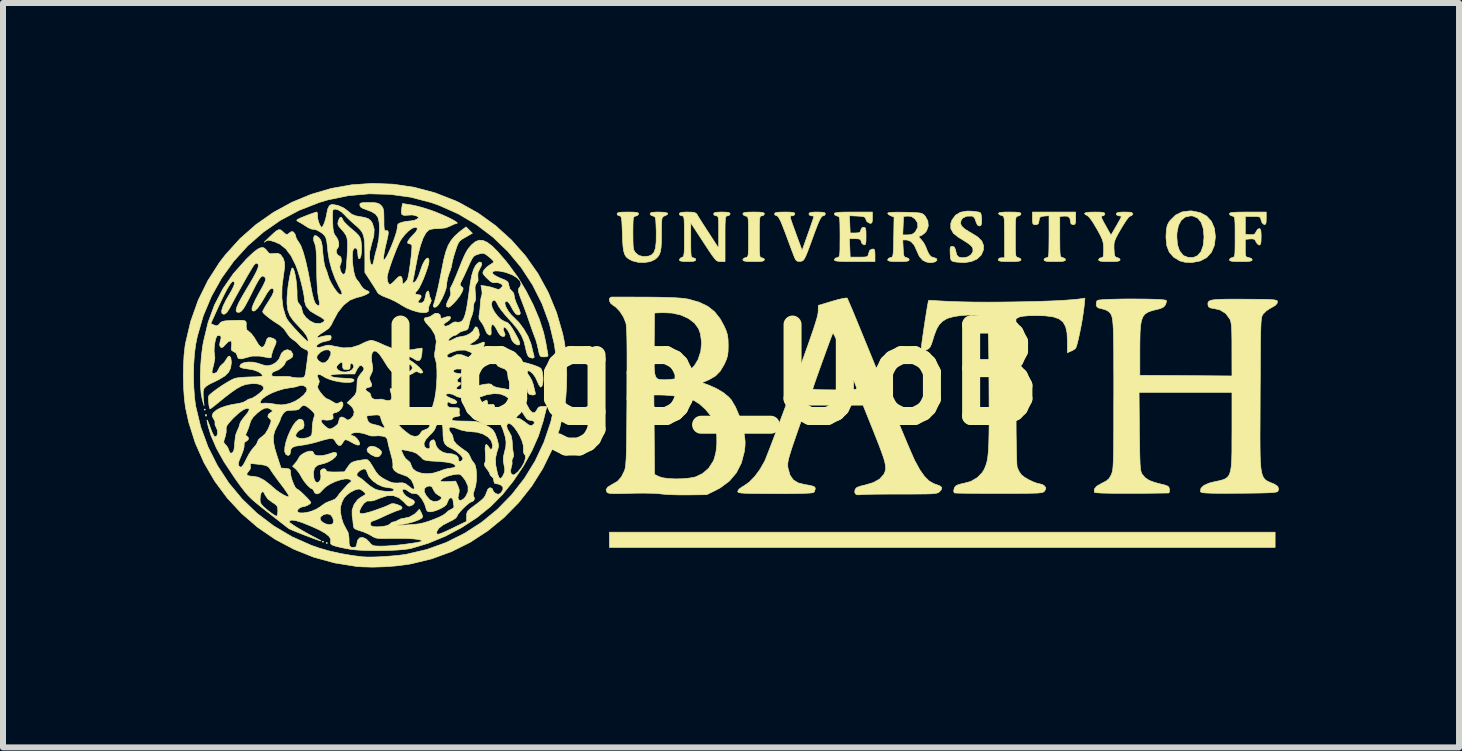
<source format=kicad_pcb>
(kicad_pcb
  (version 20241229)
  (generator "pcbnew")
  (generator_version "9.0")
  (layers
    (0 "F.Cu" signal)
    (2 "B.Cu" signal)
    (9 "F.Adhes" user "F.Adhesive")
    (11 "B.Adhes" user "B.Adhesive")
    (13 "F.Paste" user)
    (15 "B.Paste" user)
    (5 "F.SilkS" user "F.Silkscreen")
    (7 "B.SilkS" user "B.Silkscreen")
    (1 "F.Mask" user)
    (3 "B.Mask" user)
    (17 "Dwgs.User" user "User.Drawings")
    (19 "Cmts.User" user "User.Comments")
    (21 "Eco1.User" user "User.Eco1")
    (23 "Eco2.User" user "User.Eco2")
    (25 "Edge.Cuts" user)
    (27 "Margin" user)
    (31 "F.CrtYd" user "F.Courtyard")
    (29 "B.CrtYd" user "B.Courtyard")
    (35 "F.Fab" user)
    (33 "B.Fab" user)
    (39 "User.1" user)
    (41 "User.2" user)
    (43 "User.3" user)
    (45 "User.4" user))
  (footprint "Logo_UoB"
    (layer "F.Cu")
    (at 8.776 3.192)
    (property "Reference" "Logo_UoB" (at 0 0 0) (layer "F.SilkS") (effects (font (size 1.524 1.524) (thickness 0.3))))
    (attr through_hole)
    (fp_poly (pts (xy -3.161 -1.561) (xy -3.16 -1.559) (xy -3.162 -1.563) (xy -3.161 -1.561)) (stroke (width 0.01) (type solid)) (fill yes) (layer "F.SilkS"))
    (fp_poly (pts (xy -8.403 0.582) (xy -8.414 0.593) (xy -8.424 0.582) (xy -8.414 0.572) (xy -8.403 0.582)) (stroke (width 0.01) (type solid)) (fill yes) (layer "F.SilkS"))
    (fp_poly (pts (xy -6.435 2.783) (xy -6.445 2.794) (xy -6.456 2.783) (xy -6.445 2.773) (xy -6.435 2.783)) (stroke (width 0.01) (type solid)) (fill yes) (layer "F.SilkS"))
    (fp_poly (pts (xy -6.371 2.805) (xy -6.382 2.815) (xy -6.392 2.805) (xy -6.382 2.794) (xy -6.371 2.805)) (stroke (width 0.01) (type solid)) (fill yes) (layer "F.SilkS"))
    (fp_poly (pts (xy 9.419 2.879) (xy -1.672 2.879) (xy -1.672 2.625) (xy 9.419 2.625) (xy 9.419 2.879)) (stroke (width 0.01) (type solid)) (fill yes) (layer "F.SilkS"))
    (fp_poly (pts (xy -8.389 0.663) (xy -8.387 0.688) (xy -8.389 0.691) (xy -8.402 0.689) (xy -8.403 0.677) (xy -8.395 0.66) (xy -8.389 0.663)) (stroke (width 0.01) (type solid)) (fill yes) (layer "F.SilkS"))
    (fp_poly (pts (xy -5.569 1.205) (xy -5.503 1.245) (xy -5.471 1.278) (xy -5.471 1.31) (xy -5.48 1.33) (xy -5.515 1.367) (xy -5.564 1.37) (xy -5.633 1.339) (xy -5.646 1.331) (xy -5.7 1.287) (xy -5.712 1.247) (xy -5.686 1.209) (xy -5.684 1.207) (xy -5.634 1.191) (xy -5.569 1.205)) (stroke (width 0.01) (type solid)) (fill yes) (layer "F.SilkS"))
    (fp_poly (pts (xy -3.062 -1.397) (xy -2.941 -1.161) (xy -2.841 -0.925) (xy -2.768 -0.698) (xy -2.731 -0.529) (xy -2.718 -0.45) (xy -2.705 -0.381) (xy -2.698 -0.344) (xy -2.696 -0.312) (xy -2.716 -0.299) (xy -2.76 -0.296) (xy -2.802 -0.298) (xy -2.826 -0.311) (xy -2.841 -0.344) (xy -2.855 -0.407) (xy -2.857 -0.418) (xy -2.876 -0.501) (xy -2.898 -0.579) (xy -2.911 -0.614) (xy -2.932 -0.668) (xy -2.961 -0.748) (xy -2.993 -0.839) (xy -3.003 -0.868) (xy -3.039 -0.973) (xy -3.08 -1.086) (xy -3.117 -1.184) (xy -3.121 -1.196) (xy -3.158 -1.292) (xy -3.18 -1.356) (xy -3.19 -1.398) (xy -3.189 -1.425) (xy -3.177 -1.446) (xy -3.165 -1.459) (xy -3.144 -1.508) (xy -3.16 -1.559) (xy -3.062 -1.397)) (stroke (width 0.01) (type solid)) (fill yes) (layer "F.SilkS"))
    (fp_poly (pts (xy -4.008 -2.409) (xy -3.955 -2.356) (xy -4.07 -2.29) (xy -4.127 -2.257) (xy -4.165 -2.227) (xy -4.191 -2.189) (xy -4.215 -2.132) (xy -4.241 -2.053) (xy -4.267 -1.969) (xy -4.286 -1.897) (xy -4.296 -1.849) (xy -4.297 -1.841) (xy -4.304 -1.8) (xy -4.324 -1.736) (xy -4.342 -1.689) (xy -4.367 -1.61) (xy -4.382 -1.533) (xy -4.384 -1.498) (xy -4.394 -1.436) (xy -4.422 -1.354) (xy -4.462 -1.265) (xy -4.508 -1.185) (xy -4.535 -1.148) (xy -4.567 -1.125) (xy -4.597 -1.124) (xy -4.608 -1.145) (xy -4.606 -1.157) (xy -4.584 -1.223) (xy -4.558 -1.321) (xy -4.529 -1.441) (xy -4.501 -1.572) (xy -4.475 -1.705) (xy -4.467 -1.745) (xy -4.434 -1.912) (xy -4.4 -2.044) (xy -4.36 -2.15) (xy -4.31 -2.236) (xy -4.248 -2.31) (xy -4.169 -2.38) (xy -4.142 -2.401) (xy -4.061 -2.462) (xy -4.008 -2.409)) (stroke (width 0.01) (type solid)) (fill yes) (layer "F.SilkS"))
    (fp_poly (pts (xy 5.088 -2.708) (xy 5.147 -2.703) (xy 5.177 -2.694) (xy 5.186 -2.679) (xy 5.186 -2.679) (xy 5.168 -2.653) (xy 5.138 -2.642) (xy 5.12 -2.638) (xy 5.108 -2.629) (xy 5.099 -2.607) (xy 5.094 -2.567) (xy 5.092 -2.502) (xy 5.091 -2.407) (xy 5.091 -2.297) (xy 5.091 -2.17) (xy 5.092 -2.08) (xy 5.095 -2.019) (xy 5.1 -1.982) (xy 5.109 -1.963) (xy 5.123 -1.954) (xy 5.138 -1.951) (xy 5.175 -1.934) (xy 5.186 -1.914) (xy 5.177 -1.899) (xy 5.147 -1.89) (xy 5.088 -1.885) (xy 4.995 -1.884) (xy 4.902 -1.885) (xy 4.845 -1.89) (xy 4.814 -1.899) (xy 4.805 -1.913) (xy 4.805 -1.916) (xy 4.823 -1.941) (xy 4.858 -1.947) (xy 4.911 -1.947) (xy 4.911 -2.295) (xy 4.91 -2.424) (xy 4.909 -2.516) (xy 4.907 -2.578) (xy 4.901 -2.617) (xy 4.893 -2.637) (xy 4.88 -2.646) (xy 4.865 -2.65) (xy 4.824 -2.666) (xy 4.81 -2.683) (xy 4.817 -2.696) (xy 4.851 -2.704) (xy 4.919 -2.709) (xy 4.994 -2.709) (xy 5.088 -2.708)) (stroke (width 0.01) (type solid)) (fill yes) (layer "F.SilkS"))
    (fp_poly (pts (xy 8.034 -2.727) (xy 8.169 -2.7) (xy 8.278 -2.642) (xy 8.358 -2.554) (xy 8.408 -2.437) (xy 8.424 -2.297) (xy 8.407 -2.155) (xy 8.358 -2.039) (xy 8.279 -1.951) (xy 8.171 -1.894) (xy 8.038 -1.869) (xy 8.036 -1.868) (xy 7.916 -1.873) (xy 7.832 -1.895) (xy 7.728 -1.958) (xy 7.656 -2.04) (xy 7.614 -2.147) (xy 7.601 -2.282) (xy 7.601 -2.297) (xy 7.781 -2.297) (xy 7.792 -2.164) (xy 7.826 -2.064) (xy 7.884 -1.992) (xy 7.9 -1.98) (xy 7.974 -1.952) (xy 8.058 -1.953) (xy 8.126 -1.982) (xy 8.184 -2.049) (xy 8.221 -2.151) (xy 8.234 -2.287) (xy 8.234 -2.297) (xy 8.222 -2.433) (xy 8.187 -2.537) (xy 8.131 -2.607) (xy 8.053 -2.642) (xy 8.012 -2.646) (xy 7.923 -2.627) (xy 7.855 -2.573) (xy 7.808 -2.485) (xy 7.784 -2.365) (xy 7.781 -2.297) (xy 7.601 -2.297) (xy 7.602 -2.328) (xy 7.608 -2.418) (xy 7.62 -2.479) (xy 7.641 -2.527) (xy 7.669 -2.568) (xy 7.76 -2.658) (xy 7.868 -2.711) (xy 7.997 -2.728) (xy 8.034 -2.727)) (stroke (width 0.01) (type solid)) (fill yes) (layer "F.SilkS"))
    (fp_poly (pts (xy 0.82 -2.708) (xy 0.875 -2.703) (xy 0.903 -2.693) (xy 0.91 -2.678) (xy 0.893 -2.652) (xy 0.868 -2.646) (xy 0.852 -2.644) (xy 0.841 -2.634) (xy 0.833 -2.61) (xy 0.829 -2.567) (xy 0.826 -2.498) (xy 0.826 -2.396) (xy 0.826 -2.297) (xy 0.826 -2.168) (xy 0.827 -2.075) (xy 0.83 -2.013) (xy 0.835 -1.975) (xy 0.843 -1.955) (xy 0.856 -1.948) (xy 0.868 -1.947) (xy 0.902 -1.934) (xy 0.91 -1.916) (xy 0.902 -1.9) (xy 0.875 -1.89) (xy 0.819 -1.885) (xy 0.73 -1.884) (xy 0.639 -1.885) (xy 0.584 -1.891) (xy 0.556 -1.901) (xy 0.55 -1.914) (xy 0.568 -1.94) (xy 0.598 -1.951) (xy 0.616 -1.955) (xy 0.628 -1.965) (xy 0.637 -1.986) (xy 0.642 -2.026) (xy 0.645 -2.091) (xy 0.645 -2.186) (xy 0.646 -2.297) (xy 0.645 -2.423) (xy 0.644 -2.514) (xy 0.641 -2.574) (xy 0.636 -2.611) (xy 0.627 -2.631) (xy 0.613 -2.639) (xy 0.598 -2.642) (xy 0.561 -2.659) (xy 0.55 -2.679) (xy 0.559 -2.694) (xy 0.591 -2.704) (xy 0.651 -2.708) (xy 0.73 -2.709) (xy 0.82 -2.708)) (stroke (width 0.01) (type solid)) (fill yes) (layer "F.SilkS"))
    (fp_poly (pts (xy 6.096 -2.603) (xy 6.094 -2.54) (xy 6.084 -2.508) (xy 6.063 -2.498) (xy 6.054 -2.498) (xy 6.019 -2.512) (xy 6.011 -2.545) (xy 5.999 -2.608) (xy 5.962 -2.639) (xy 5.903 -2.642) (xy 5.831 -2.635) (xy 5.831 -2.297) (xy 5.832 -2.17) (xy 5.833 -2.08) (xy 5.836 -2.019) (xy 5.841 -1.982) (xy 5.85 -1.963) (xy 5.864 -1.954) (xy 5.879 -1.951) (xy 5.916 -1.934) (xy 5.927 -1.914) (xy 5.918 -1.899) (xy 5.886 -1.889) (xy 5.826 -1.885) (xy 5.747 -1.884) (xy 5.657 -1.885) (xy 5.602 -1.89) (xy 5.574 -1.9) (xy 5.567 -1.916) (xy 5.584 -1.941) (xy 5.609 -1.947) (xy 5.625 -1.949) (xy 5.636 -1.959) (xy 5.644 -1.983) (xy 5.648 -2.026) (xy 5.65 -2.095) (xy 5.651 -2.196) (xy 5.652 -2.298) (xy 5.652 -2.648) (xy 5.572 -2.642) (xy 5.519 -2.634) (xy 5.495 -2.613) (xy 5.486 -2.569) (xy 5.486 -2.566) (xy 5.476 -2.518) (xy 5.451 -2.5) (xy 5.428 -2.498) (xy 5.397 -2.501) (xy 5.382 -2.519) (xy 5.377 -2.563) (xy 5.376 -2.603) (xy 5.376 -2.709) (xy 6.096 -2.709) (xy 6.096 -2.603)) (stroke (width 0.01) (type solid)) (fill yes) (layer "F.SilkS"))
    (fp_poly (pts (xy 4.353 -2.724) (xy 4.426 -2.717) (xy 4.482 -2.708) (xy 4.506 -2.7) (xy 4.52 -2.672) (xy 4.528 -2.617) (xy 4.53 -2.581) (xy 4.527 -2.517) (xy 4.517 -2.486) (xy 4.495 -2.477) (xy 4.491 -2.477) (xy 4.459 -2.493) (xy 4.435 -2.546) (xy 4.433 -2.556) (xy 4.411 -2.613) (xy 4.379 -2.639) (xy 4.363 -2.642) (xy 4.28 -2.64) (xy 4.216 -2.61) (xy 4.188 -2.574) (xy 4.177 -2.523) (xy 4.194 -2.477) (xy 4.244 -2.429) (xy 4.33 -2.375) (xy 4.359 -2.359) (xy 4.465 -2.293) (xy 4.532 -2.225) (xy 4.561 -2.151) (xy 4.559 -2.077) (xy 4.522 -1.992) (xy 4.452 -1.926) (xy 4.355 -1.884) (xy 4.237 -1.866) (xy 4.104 -1.876) (xy 4.075 -1.881) (xy 4.039 -1.892) (xy 4.019 -1.911) (xy 4.009 -1.95) (xy 4.005 -2.016) (xy 4.003 -2.085) (xy 4.007 -2.122) (xy 4.022 -2.136) (xy 4.041 -2.138) (xy 4.072 -2.127) (xy 4.092 -2.087) (xy 4.098 -2.058) (xy 4.116 -1.993) (xy 4.148 -1.959) (xy 4.206 -1.948) (xy 4.229 -1.948) (xy 4.297 -1.962) (xy 4.352 -1.998) (xy 4.384 -2.048) (xy 4.384 -2.1) (xy 4.37 -2.128) (xy 4.344 -2.156) (xy 4.299 -2.191) (xy 4.229 -2.236) (xy 4.142 -2.289) (xy 4.058 -2.356) (xy 4.016 -2.432) (xy 4.015 -2.518) (xy 4.036 -2.577) (xy 4.094 -2.657) (xy 4.176 -2.706) (xy 4.285 -2.725) (xy 4.353 -2.724)) (stroke (width 0.01) (type solid)) (fill yes) (layer "F.SilkS"))
    (fp_poly (pts (xy 1.866 -2.707) (xy 1.909 -2.7) (xy 1.925 -2.685) (xy 1.926 -2.678) (xy 1.909 -2.651) (xy 1.887 -2.646) (xy 1.87 -2.639) (xy 1.851 -2.614) (xy 1.826 -2.568) (xy 1.795 -2.495) (xy 1.755 -2.391) (xy 1.711 -2.27) (xy 1.663 -2.139) (xy 1.627 -2.043) (xy 1.599 -1.976) (xy 1.577 -1.932) (xy 1.559 -1.907) (xy 1.54 -1.894) (xy 1.519 -1.889) (xy 1.507 -1.888) (xy 1.46 -1.889) (xy 1.432 -1.912) (xy 1.412 -1.951) (xy 1.395 -1.996) (xy 1.366 -2.071) (xy 1.33 -2.168) (xy 1.289 -2.278) (xy 1.269 -2.333) (xy 1.221 -2.458) (xy 1.185 -2.548) (xy 1.156 -2.605) (xy 1.134 -2.637) (xy 1.117 -2.646) (xy 1.085 -2.661) (xy 1.079 -2.678) (xy 1.087 -2.694) (xy 1.116 -2.704) (xy 1.174 -2.708) (xy 1.249 -2.709) (xy 1.336 -2.708) (xy 1.388 -2.702) (xy 1.413 -2.692) (xy 1.418 -2.678) (xy 1.4 -2.652) (xy 1.374 -2.646) (xy 1.357 -2.646) (xy 1.345 -2.642) (xy 1.341 -2.63) (xy 1.346 -2.602) (xy 1.361 -2.555) (xy 1.387 -2.481) (xy 1.426 -2.375) (xy 1.448 -2.314) (xy 1.538 -2.069) (xy 1.637 -2.349) (xy 1.673 -2.45) (xy 1.702 -2.536) (xy 1.724 -2.6) (xy 1.735 -2.634) (xy 1.736 -2.637) (xy 1.718 -2.644) (xy 1.693 -2.646) (xy 1.659 -2.659) (xy 1.651 -2.678) (xy 1.66 -2.695) (xy 1.693 -2.705) (xy 1.757 -2.709) (xy 1.789 -2.709) (xy 1.866 -2.707)) (stroke (width 0.01) (type solid)) (fill yes) (layer "F.SilkS"))
    (fp_poly (pts (xy 9.271 -2.602) (xy 9.269 -2.538) (xy 9.26 -2.508) (xy 9.241 -2.501) (xy 9.234 -2.502) (xy 9.203 -2.527) (xy 9.186 -2.572) (xy 9.178 -2.607) (xy 9.162 -2.626) (xy 9.127 -2.634) (xy 9.061 -2.635) (xy 9.049 -2.635) (xy 8.922 -2.635) (xy 8.922 -2.339) (xy 9.001 -2.332) (xy 9.056 -2.332) (xy 9.085 -2.349) (xy 9.101 -2.38) (xy 9.127 -2.42) (xy 9.154 -2.434) (xy 9.172 -2.425) (xy 9.182 -2.394) (xy 9.186 -2.331) (xy 9.186 -2.297) (xy 9.184 -2.22) (xy 9.177 -2.177) (xy 9.162 -2.16) (xy 9.154 -2.159) (xy 9.124 -2.177) (xy 9.101 -2.213) (xy 9.081 -2.249) (xy 9.049 -2.262) (xy 9.001 -2.261) (xy 8.922 -2.254) (xy 8.922 -2.106) (xy 8.922 -2.029) (xy 8.927 -1.984) (xy 8.939 -1.962) (xy 8.963 -1.954) (xy 8.98 -1.951) (xy 9.023 -1.936) (xy 9.038 -1.914) (xy 9.03 -1.899) (xy 8.999 -1.89) (xy 8.941 -1.885) (xy 8.848 -1.884) (xy 8.754 -1.885) (xy 8.695 -1.89) (xy 8.665 -1.899) (xy 8.657 -1.914) (xy 8.675 -1.94) (xy 8.705 -1.951) (xy 8.723 -1.955) (xy 8.735 -1.965) (xy 8.744 -1.986) (xy 8.749 -2.026) (xy 8.751 -2.091) (xy 8.752 -2.186) (xy 8.752 -2.297) (xy 8.752 -2.423) (xy 8.751 -2.514) (xy 8.748 -2.574) (xy 8.743 -2.611) (xy 8.734 -2.631) (xy 8.72 -2.639) (xy 8.705 -2.642) (xy 8.668 -2.659) (xy 8.657 -2.679) (xy 8.664 -2.691) (xy 8.688 -2.7) (xy 8.736 -2.705) (xy 8.813 -2.708) (xy 8.925 -2.709) (xy 8.964 -2.709) (xy 9.271 -2.709) (xy 9.271 -2.602)) (stroke (width 0.01) (type solid)) (fill yes) (layer "F.SilkS"))
    (fp_poly (pts (xy 6.988 -2.707) (xy 7.031 -2.7) (xy 7.047 -2.685) (xy 7.048 -2.678) (xy 7.031 -2.651) (xy 7.011 -2.645) (xy 6.981 -2.626) (xy 6.936 -2.567) (xy 6.875 -2.471) (xy 6.852 -2.432) (xy 6.799 -2.34) (xy 6.764 -2.273) (xy 6.744 -2.222) (xy 6.735 -2.177) (xy 6.734 -2.126) (xy 6.735 -2.089) (xy 6.74 -2.016) (xy 6.749 -1.976) (xy 6.766 -1.957) (xy 6.789 -1.951) (xy 6.826 -1.934) (xy 6.837 -1.914) (xy 6.828 -1.899) (xy 6.797 -1.889) (xy 6.736 -1.885) (xy 6.657 -1.884) (xy 6.567 -1.885) (xy 6.512 -1.89) (xy 6.484 -1.9) (xy 6.477 -1.916) (xy 6.495 -1.941) (xy 6.519 -1.947) (xy 6.542 -1.952) (xy 6.555 -1.97) (xy 6.56 -2.013) (xy 6.562 -2.087) (xy 6.56 -2.151) (xy 6.553 -2.204) (xy 6.537 -2.257) (xy 6.508 -2.32) (xy 6.462 -2.405) (xy 6.445 -2.434) (xy 6.385 -2.535) (xy 6.335 -2.607) (xy 6.297 -2.646) (xy 6.287 -2.652) (xy 6.252 -2.671) (xy 6.244 -2.686) (xy 6.265 -2.699) (xy 6.324 -2.707) (xy 6.413 -2.709) (xy 6.5 -2.708) (xy 6.553 -2.702) (xy 6.577 -2.692) (xy 6.583 -2.678) (xy 6.566 -2.65) (xy 6.551 -2.646) (xy 6.531 -2.643) (xy 6.524 -2.631) (xy 6.532 -2.602) (xy 6.558 -2.549) (xy 6.603 -2.469) (xy 6.684 -2.324) (xy 6.771 -2.473) (xy 6.811 -2.543) (xy 6.842 -2.599) (xy 6.857 -2.63) (xy 6.858 -2.634) (xy 6.84 -2.644) (xy 6.816 -2.646) (xy 6.781 -2.659) (xy 6.773 -2.678) (xy 6.783 -2.695) (xy 6.815 -2.705) (xy 6.88 -2.709) (xy 6.911 -2.709) (xy 6.988 -2.707)) (stroke (width 0.01) (type solid)) (fill yes) (layer "F.SilkS"))
    (fp_poly (pts (xy -0.761 -2.705) (xy -0.711 -2.694) (xy -0.699 -2.678) (xy -0.728 -2.656) (xy -0.751 -2.646) (xy -0.773 -2.637) (xy -0.787 -2.623) (xy -0.797 -2.598) (xy -0.802 -2.554) (xy -0.804 -2.484) (xy -0.805 -2.382) (xy -0.805 -2.345) (xy -0.806 -2.213) (xy -0.812 -2.115) (xy -0.824 -2.045) (xy -0.844 -1.994) (xy -0.874 -1.954) (xy -0.915 -1.919) (xy -0.991 -1.884) (xy -1.09 -1.868) (xy -1.194 -1.872) (xy -1.289 -1.896) (xy -1.302 -1.902) (xy -1.354 -1.93) (xy -1.392 -1.961) (xy -1.418 -2.004) (xy -1.436 -2.064) (xy -1.447 -2.148) (xy -1.454 -2.264) (xy -1.456 -2.344) (xy -1.461 -2.463) (xy -1.465 -2.546) (xy -1.471 -2.599) (xy -1.479 -2.629) (xy -1.49 -2.643) (xy -1.506 -2.646) (xy -1.538 -2.66) (xy -1.545 -2.678) (xy -1.537 -2.693) (xy -1.51 -2.703) (xy -1.454 -2.708) (xy -1.365 -2.709) (xy -1.274 -2.708) (xy -1.219 -2.703) (xy -1.191 -2.692) (xy -1.185 -2.679) (xy -1.203 -2.653) (xy -1.233 -2.642) (xy -1.252 -2.638) (xy -1.266 -2.627) (xy -1.274 -2.602) (xy -1.278 -2.556) (xy -1.28 -2.484) (xy -1.281 -2.376) (xy -1.281 -2.356) (xy -1.28 -2.242) (xy -1.278 -2.163) (xy -1.273 -2.109) (xy -1.264 -2.073) (xy -1.249 -2.047) (xy -1.229 -2.023) (xy -1.18 -1.985) (xy -1.119 -1.97) (xy -1.086 -1.968) (xy -1.017 -1.975) (xy -0.965 -1.998) (xy -0.928 -2.041) (xy -0.905 -2.11) (xy -0.894 -2.209) (xy -0.892 -2.343) (xy -0.893 -2.413) (xy -0.897 -2.512) (xy -0.901 -2.577) (xy -0.908 -2.614) (xy -0.92 -2.633) (xy -0.939 -2.641) (xy -0.947 -2.642) (xy -0.984 -2.659) (xy -0.995 -2.679) (xy -0.985 -2.696) (xy -0.95 -2.705) (xy -0.883 -2.709) (xy -0.847 -2.709) (xy -0.761 -2.705)) (stroke (width 0.01) (type solid)) (fill yes) (layer "F.SilkS"))
    (fp_poly (pts (xy 2.709 -2.613) (xy 2.707 -2.554) (xy 2.698 -2.527) (xy 2.675 -2.521) (xy 2.663 -2.523) (xy 2.619 -2.548) (xy 2.603 -2.582) (xy 2.593 -2.612) (xy 2.572 -2.628) (xy 2.529 -2.637) (xy 2.459 -2.642) (xy 2.326 -2.648) (xy 2.333 -2.504) (xy 2.339 -2.36) (xy 2.424 -2.36) (xy 2.48 -2.364) (xy 2.506 -2.379) (xy 2.515 -2.408) (xy 2.536 -2.448) (xy 2.563 -2.455) (xy 2.584 -2.451) (xy 2.596 -2.432) (xy 2.602 -2.389) (xy 2.603 -2.314) (xy 2.603 -2.306) (xy 2.602 -2.227) (xy 2.597 -2.183) (xy 2.586 -2.164) (xy 2.567 -2.163) (xy 2.566 -2.163) (xy 2.534 -2.187) (xy 2.523 -2.217) (xy 2.513 -2.247) (xy 2.486 -2.261) (xy 2.43 -2.265) (xy 2.421 -2.265) (xy 2.326 -2.265) (xy 2.333 -2.111) (xy 2.339 -1.958) (xy 2.487 -1.958) (xy 2.564 -1.959) (xy 2.609 -1.963) (xy 2.632 -1.976) (xy 2.642 -2) (xy 2.646 -2.021) (xy 2.666 -2.073) (xy 2.704 -2.092) (xy 2.732 -2.092) (xy 2.746 -2.076) (xy 2.751 -2.033) (xy 2.752 -1.991) (xy 2.752 -1.884) (xy 2.413 -1.884) (xy 2.283 -1.884) (xy 2.19 -1.887) (xy 2.128 -1.891) (xy 2.092 -1.897) (xy 2.077 -1.907) (xy 2.074 -1.914) (xy 2.092 -1.94) (xy 2.122 -1.951) (xy 2.14 -1.955) (xy 2.152 -1.965) (xy 2.161 -1.986) (xy 2.166 -2.026) (xy 2.169 -2.091) (xy 2.169 -2.186) (xy 2.17 -2.297) (xy 2.169 -2.423) (xy 2.168 -2.514) (xy 2.165 -2.574) (xy 2.16 -2.611) (xy 2.151 -2.631) (xy 2.137 -2.639) (xy 2.122 -2.642) (xy 2.085 -2.659) (xy 2.074 -2.679) (xy 2.081 -2.691) (xy 2.105 -2.699) (xy 2.152 -2.705) (xy 2.228 -2.708) (xy 2.338 -2.709) (xy 2.392 -2.709) (xy 2.709 -2.709) (xy 2.709 -2.613)) (stroke (width 0.01) (type solid)) (fill yes) (layer "F.SilkS"))
    (fp_poly (pts (xy 0.278 -2.707) (xy 0.321 -2.7) (xy 0.338 -2.685) (xy 0.339 -2.678) (xy 0.321 -2.652) (xy 0.296 -2.646) (xy 0.281 -2.644) (xy 0.27 -2.635) (xy 0.263 -2.612) (xy 0.258 -2.571) (xy 0.255 -2.505) (xy 0.254 -2.408) (xy 0.254 -2.276) (xy 0.254 -1.884) (xy 0.179 -1.884) (xy 0.152 -1.885) (xy 0.128 -1.892) (xy 0.103 -1.909) (xy 0.074 -1.942) (xy 0.035 -1.994) (xy -0.018 -2.072) (xy -0.088 -2.179) (xy -0.106 -2.207) (xy -0.317 -2.529) (xy -0.317 -2.238) (xy -0.317 -2.122) (xy -0.315 -2.042) (xy -0.312 -1.991) (xy -0.305 -1.963) (xy -0.294 -1.95) (xy -0.277 -1.947) (xy -0.275 -1.947) (xy -0.241 -1.934) (xy -0.233 -1.916) (xy -0.242 -1.898) (xy -0.275 -1.888) (xy -0.339 -1.884) (xy -0.37 -1.884) (xy -0.449 -1.886) (xy -0.493 -1.895) (xy -0.508 -1.911) (xy -0.508 -1.913) (xy -0.49 -1.942) (xy -0.466 -1.953) (xy -0.45 -1.96) (xy -0.439 -1.974) (xy -0.431 -2.001) (xy -0.426 -2.048) (xy -0.424 -2.122) (xy -0.423 -2.228) (xy -0.423 -2.305) (xy -0.424 -2.432) (xy -0.425 -2.523) (xy -0.428 -2.584) (xy -0.433 -2.62) (xy -0.442 -2.639) (xy -0.455 -2.645) (xy -0.466 -2.646) (xy -0.5 -2.659) (xy -0.508 -2.678) (xy -0.499 -2.695) (xy -0.466 -2.705) (xy -0.401 -2.709) (xy -0.371 -2.709) (xy -0.294 -2.707) (xy -0.248 -2.699) (xy -0.222 -2.682) (xy -0.211 -2.667) (xy -0.192 -2.634) (xy -0.154 -2.573) (xy -0.103 -2.493) (xy -0.043 -2.4) (xy -0.02 -2.365) (xy 0.148 -2.106) (xy 0.148 -2.376) (xy 0.148 -2.487) (xy 0.146 -2.563) (xy 0.142 -2.609) (xy 0.134 -2.634) (xy 0.121 -2.644) (xy 0.106 -2.646) (xy 0.071 -2.659) (xy 0.064 -2.678) (xy 0.073 -2.695) (xy 0.106 -2.705) (xy 0.17 -2.709) (xy 0.201 -2.709) (xy 0.278 -2.707)) (stroke (width 0.01) (type solid)) (fill yes) (layer "F.SilkS"))
    (fp_poly (pts (xy 3.251 -2.706) (xy 3.366 -2.703) (xy 3.447 -2.699) (xy 3.501 -2.693) (xy 3.537 -2.684) (xy 3.561 -2.669) (xy 3.582 -2.648) (xy 3.59 -2.639) (xy 3.633 -2.56) (xy 3.64 -2.475) (xy 3.611 -2.395) (xy 3.585 -2.363) (xy 3.539 -2.326) (xy 3.5 -2.308) (xy 3.495 -2.307) (xy 3.48 -2.3) (xy 3.496 -2.276) (xy 3.516 -2.257) (xy 3.562 -2.2) (xy 3.596 -2.135) (xy 3.631 -2.047) (xy 3.661 -1.993) (xy 3.692 -1.963) (xy 3.729 -1.952) (xy 3.731 -1.951) (xy 3.776 -1.935) (xy 3.786 -1.908) (xy 3.76 -1.883) (xy 3.741 -1.876) (xy 3.701 -1.867) (xy 3.663 -1.867) (xy 3.607 -1.877) (xy 3.606 -1.877) (xy 3.545 -1.909) (xy 3.49 -1.973) (xy 3.452 -2.057) (xy 3.407 -2.156) (xy 3.351 -2.219) (xy 3.285 -2.243) (xy 3.278 -2.244) (xy 3.215 -2.244) (xy 3.222 -2.101) (xy 3.226 -2.024) (xy 3.234 -1.98) (xy 3.249 -1.959) (xy 3.274 -1.951) (xy 3.276 -1.951) (xy 3.313 -1.934) (xy 3.323 -1.914) (xy 3.314 -1.899) (xy 3.283 -1.889) (xy 3.222 -1.885) (xy 3.143 -1.884) (xy 3.052 -1.885) (xy 2.997 -1.891) (xy 2.969 -1.901) (xy 2.963 -1.914) (xy 2.981 -1.94) (xy 3.011 -1.951) (xy 3.029 -1.955) (xy 3.042 -1.965) (xy 3.051 -1.988) (xy 3.056 -2.029) (xy 3.06 -2.095) (xy 3.063 -2.193) (xy 3.064 -2.292) (xy 3.065 -2.328) (xy 3.215 -2.328) (xy 3.3 -2.328) (xy 3.366 -2.336) (xy 3.412 -2.366) (xy 3.427 -2.384) (xy 3.466 -2.458) (xy 3.462 -2.53) (xy 3.418 -2.595) (xy 3.361 -2.635) (xy 3.296 -2.642) (xy 3.296 -2.642) (xy 3.228 -2.635) (xy 3.215 -2.328) (xy 3.065 -2.328) (xy 3.07 -2.625) (xy 3.017 -2.646) (xy 2.977 -2.668) (xy 2.963 -2.689) (xy 2.98 -2.699) (xy 3.033 -2.705) (xy 3.123 -2.707) (xy 3.251 -2.706)) (stroke (width 0.01) (type solid)) (fill yes) (layer "F.SilkS"))
    (fp_poly (pts (xy -5.27 -3.173) (xy -4.922 -3.121) (xy -4.578 -3.029) (xy -4.242 -2.898) (xy -4.178 -2.868) (xy -3.861 -2.692) (xy -3.57 -2.483) (xy -3.305 -2.243) (xy -3.069 -1.976) (xy -2.863 -1.683) (xy -2.691 -1.368) (xy -2.553 -1.034) (xy -2.451 -0.682) (xy -2.42 -0.529) (xy -2.4 -0.378) (xy -2.388 -0.198) (xy -2.383 -0.004) (xy -2.387 0.191) (xy -2.398 0.373) (xy -2.417 0.53) (xy -2.42 0.55) (xy -2.504 0.905) (xy -2.625 1.242) (xy -2.781 1.561) (xy -2.968 1.859) (xy -3.185 2.133) (xy -3.429 2.381) (xy -3.698 2.601) (xy -3.989 2.791) (xy -4.301 2.947) (xy -4.631 3.068) (xy -4.976 3.152) (xy -5.048 3.164) (xy -5.229 3.187) (xy -5.424 3.201) (xy -5.619 3.207) (xy -5.796 3.202) (xy -5.883 3.196) (xy -6.25 3.137) (xy -6.6 3.041) (xy -6.932 2.908) (xy -7.244 2.742) (xy -7.534 2.543) (xy -7.799 2.315) (xy -8.038 2.058) (xy -8.248 1.775) (xy -8.426 1.469) (xy -8.572 1.14) (xy -8.682 0.792) (xy -8.735 0.55) (xy -8.754 0.405) (xy -8.766 0.232) (xy -8.771 0.045) (xy -8.771 0.021) (xy -8.602 0.021) (xy -8.597 0.212) (xy -8.584 0.389) (xy -8.566 0.523) (xy -8.482 0.872) (xy -8.36 1.204) (xy -8.203 1.516) (xy -8.013 1.806) (xy -7.792 2.072) (xy -7.542 2.312) (xy -7.265 2.521) (xy -6.963 2.7) (xy -6.639 2.844) (xy -6.51 2.889) (xy -6.343 2.937) (xy -6.152 2.98) (xy -5.953 3.014) (xy -5.789 3.035) (xy -5.702 3.039) (xy -5.584 3.038) (xy -5.45 3.032) (xy -5.311 3.022) (xy -5.179 3.01) (xy -5.068 2.995) (xy -5.059 2.993) (xy -4.718 2.914) (xy -4.393 2.797) (xy -4.086 2.644) (xy -3.8 2.459) (xy -3.537 2.243) (xy -3.299 1.999) (xy -3.089 1.73) (xy -2.909 1.437) (xy -2.762 1.123) (xy -2.65 0.791) (xy -2.589 0.525) (xy -2.569 0.372) (xy -2.557 0.192) (xy -2.553 -0.001) (xy -2.558 -0.193) (xy -2.571 -0.37) (xy -2.589 -0.502) (xy -2.673 -0.851) (xy -2.795 -1.182) (xy -2.952 -1.494) (xy -3.142 -1.785) (xy -3.363 -2.051) (xy -3.612 -2.29) (xy -3.889 -2.5) (xy -4.19 -2.678) (xy -4.514 -2.822) (xy -4.645 -2.868) (xy -4.98 -2.956) (xy -5.325 -3.004) (xy -5.674 -3.013) (xy -6.021 -2.982) (xy -6.362 -2.912) (xy -6.51 -2.868) (xy -6.842 -2.738) (xy -7.152 -2.573) (xy -7.438 -2.375) (xy -7.699 -2.147) (xy -7.931 -1.891) (xy -8.133 -1.61) (xy -8.303 -1.306) (xy -8.439 -0.981) (xy -8.538 -0.639) (xy -8.566 -0.502) (xy -8.586 -0.351) (xy -8.598 -0.172) (xy -8.602 0.021) (xy -8.771 0.021) (xy -8.769 -0.144) (xy -8.76 -0.322) (xy -8.743 -0.475) (xy -8.736 -0.519) (xy -8.648 -0.89) (xy -8.524 -1.239) (xy -8.363 -1.566) (xy -8.167 -1.872) (xy -8.07 -1.997) (xy -7.827 -2.266) (xy -7.56 -2.501) (xy -7.271 -2.703) (xy -6.964 -2.871) (xy -6.642 -3.004) (xy -6.309 -3.102) (xy -5.967 -3.163) (xy -5.619 -3.187) (xy -5.27 -3.173)) (stroke (width 0.01) (type solid)) (fill yes) (layer "F.SilkS"))
    (fp_poly (pts (xy 6.236 -1.129) (xy 6.223 -1.031) (xy 6.206 -0.919) (xy 6.185 -0.803) (xy 6.162 -0.69) (xy 6.14 -0.588) (xy 6.119 -0.505) (xy 6.101 -0.451) (xy 6.091 -0.434) (xy 6.051 -0.407) (xy 6.011 -0.388) (xy 5.958 -0.366) (xy 5.958 -0.558) (xy 5.952 -0.694) (xy 5.929 -0.799) (xy 5.886 -0.876) (xy 5.818 -0.93) (xy 5.721 -0.963) (xy 5.591 -0.98) (xy 5.45 -0.984) (xy 5.311 -0.982) (xy 5.212 -0.973) (xy 5.155 -0.96) (xy 5.149 -0.957) (xy 5.101 -0.93) (xy 5.101 0.271) (xy 5.102 0.525) (xy 5.103 0.758) (xy 5.104 0.966) (xy 5.107 1.147) (xy 5.11 1.298) (xy 5.113 1.416) (xy 5.117 1.498) (xy 5.121 1.54) (xy 5.122 1.543) (xy 5.151 1.61) (xy 5.191 1.668) (xy 5.24 1.707) (xy 5.311 1.75) (xy 5.39 1.787) (xy 5.461 1.813) (xy 5.502 1.82) (xy 5.549 1.835) (xy 5.577 1.855) (xy 5.599 1.886) (xy 5.591 1.917) (xy 5.581 1.934) (xy 5.572 1.946) (xy 5.56 1.955) (xy 5.541 1.963) (xy 5.509 1.968) (xy 5.462 1.973) (xy 5.394 1.975) (xy 5.301 1.977) (xy 5.179 1.978) (xy 5.024 1.979) (xy 4.831 1.979) (xy 4.817 1.979) (xy 4.644 1.979) (xy 4.486 1.978) (xy 4.347 1.977) (xy 4.231 1.976) (xy 4.143 1.974) (xy 4.089 1.972) (xy 4.073 1.97) (xy 4.063 1.936) (xy 4.074 1.889) (xy 4.094 1.857) (xy 4.133 1.836) (xy 4.195 1.818) (xy 4.228 1.812) (xy 4.349 1.779) (xy 4.457 1.716) (xy 4.54 1.631) (xy 4.569 1.583) (xy 4.588 1.54) (xy 4.605 1.495) (xy 4.619 1.446) (xy 4.63 1.387) (xy 4.638 1.315) (xy 4.645 1.227) (xy 4.649 1.118) (xy 4.652 0.985) (xy 4.654 0.824) (xy 4.654 0.63) (xy 4.653 0.402) (xy 4.652 0.206) (xy 4.651 -0.041) (xy 4.649 -0.25) (xy 4.647 -0.423) (xy 4.644 -0.564) (xy 4.64 -0.677) (xy 4.634 -0.765) (xy 4.625 -0.831) (xy 4.614 -0.88) (xy 4.599 -0.914) (xy 4.58 -0.936) (xy 4.558 -0.952) (xy 4.53 -0.963) (xy 4.498 -0.974) (xy 4.495 -0.975) (xy 4.412 -0.99) (xy 4.303 -0.993) (xy 4.184 -0.985) (xy 4.069 -0.968) (xy 3.973 -0.942) (xy 3.944 -0.93) (xy 3.876 -0.888) (xy 3.822 -0.833) (xy 3.778 -0.757) (xy 3.738 -0.651) (xy 3.721 -0.595) (xy 3.695 -0.514) (xy 3.673 -0.463) (xy 3.647 -0.433) (xy 3.612 -0.413) (xy 3.606 -0.41) (xy 3.555 -0.391) (xy 3.522 -0.381) (xy 3.519 -0.381) (xy 3.519 -0.401) (xy 3.524 -0.455) (xy 3.534 -0.535) (xy 3.548 -0.635) (xy 3.564 -0.746) (xy 3.581 -0.862) (xy 3.599 -0.974) (xy 3.615 -1.076) (xy 3.629 -1.158) (xy 3.64 -1.215) (xy 3.647 -1.239) (xy 3.647 -1.239) (xy 3.669 -1.238) (xy 3.723 -1.235) (xy 3.802 -1.23) (xy 3.873 -1.226) (xy 4.023 -1.218) (xy 4.202 -1.213) (xy 4.403 -1.209) (xy 4.619 -1.208) (xy 4.846 -1.209) (xy 5.075 -1.212) (xy 5.301 -1.216) (xy 5.517 -1.222) (xy 5.717 -1.229) (xy 5.894 -1.238) (xy 6.041 -1.249) (xy 6.154 -1.26) (xy 6.157 -1.261) (xy 6.25 -1.274) (xy 6.236 -1.129)) (stroke (width 0.01) (type solid)) (fill yes) (layer "F.SilkS"))
    (fp_poly (pts (xy -1.441 -1.293) (xy -1.32 -1.293) (xy -1.18 -1.292) (xy -1.048 -1.292) (xy -0.854 -1.29) (xy -0.698 -1.286) (xy -0.574 -1.281) (xy -0.475 -1.274) (xy -0.398 -1.265) (xy -0.349 -1.256) (xy -0.175 -1.206) (xy -0.035 -1.139) (xy 0.079 -1.049) (xy 0.172 -0.931) (xy 0.24 -0.807) (xy 0.274 -0.729) (xy 0.294 -0.663) (xy 0.304 -0.591) (xy 0.307 -0.496) (xy 0.307 -0.486) (xy 0.305 -0.391) (xy 0.297 -0.32) (xy 0.279 -0.258) (xy 0.248 -0.187) (xy 0.238 -0.166) (xy 0.174 -0.059) (xy 0.097 0.02) (xy -0.006 0.081) (xy -0.06 0.105) (xy -0.131 0.134) (xy -0.007 0.179) (xy 0.112 0.232) (xy 0.223 0.298) (xy 0.313 0.371) (xy 0.359 0.422) (xy 0.428 0.539) (xy 0.49 0.683) (xy 0.541 0.84) (xy 0.564 0.938) (xy 0.581 1.041) (xy 0.589 1.121) (xy 0.586 1.198) (xy 0.575 1.285) (xy 0.526 1.472) (xy 0.443 1.635) (xy 0.326 1.773) (xy 0.176 1.885) (xy 0.111 1.92) (xy -0.051 2) (xy -0.369 2.004) (xy -0.494 2.004) (xy -0.614 2.001) (xy -0.72 1.996) (xy -0.798 1.989) (xy -0.815 1.987) (xy -0.883 1.98) (xy -0.983 1.976) (xy -1.107 1.974) (xy -1.245 1.975) (xy -1.315 1.977) (xy -1.455 1.981) (xy -1.559 1.982) (xy -1.631 1.981) (xy -1.677 1.976) (xy -1.704 1.967) (xy -1.712 1.96) (xy -1.728 1.917) (xy -1.701 1.874) (xy -1.633 1.832) (xy -1.63 1.831) (xy -1.538 1.777) (xy -1.472 1.703) (xy -1.425 1.608) (xy -1.416 1.584) (xy -1.409 1.555) (xy -1.403 1.517) (xy -1.399 1.467) (xy -1.394 1.401) (xy -1.391 1.315) (xy -1.388 1.207) (xy -1.386 1.071) (xy -1.384 0.906) (xy -1.383 0.707) (xy -1.381 0.47) (xy -1.38 0.37) (xy -1.38 0.339) (xy -0.932 0.339) (xy -0.926 1) (xy -0.921 1.662) (xy -0.847 1.699) (xy -0.78 1.719) (xy -0.683 1.732) (xy -0.569 1.737) (xy -0.449 1.734) (xy -0.337 1.723) (xy -0.242 1.705) (xy -0.236 1.703) (xy -0.117 1.646) (xy -0.017 1.557) (xy 0.058 1.441) (xy 0.078 1.39) (xy 0.104 1.282) (xy 0.117 1.154) (xy 0.116 1.021) (xy 0.103 0.897) (xy 0.077 0.795) (xy 0.07 0.779) (xy 0.008 0.675) (xy -0.075 0.575) (xy -0.17 0.489) (xy -0.264 0.43) (xy -0.271 0.427) (xy -0.361 0.398) (xy -0.48 0.372) (xy -0.613 0.352) (xy -0.747 0.341) (xy -0.817 0.339) (xy -0.932 0.339) (xy -1.38 0.339) (xy -1.379 0.096) (xy -1.379 -0.139) (xy -1.379 -0.2) (xy -0.928 -0.2) (xy -0.925 -0.097) (xy -0.918 -0.022) (xy -0.905 0.029) (xy -0.884 0.06) (xy -0.855 0.077) (xy -0.815 0.083) (xy -0.764 0.085) (xy -0.743 0.085) (xy -0.659 0.08) (xy -0.579 0.07) (xy -0.546 0.063) (xy -0.444 0.017) (xy -0.342 -0.059) (xy -0.254 -0.154) (xy -0.195 -0.251) (xy -0.15 -0.39) (xy -0.137 -0.536) (xy -0.155 -0.677) (xy -0.188 -0.768) (xy -0.255 -0.86) (xy -0.356 -0.936) (xy -0.482 -0.993) (xy -0.628 -1.026) (xy -0.785 -1.033) (xy -0.79 -1.033) (xy -0.921 -1.027) (xy -0.926 -0.51) (xy -0.928 -0.336) (xy -0.928 -0.2) (xy -1.379 -0.2) (xy -1.379 -0.336) (xy -1.38 -0.498) (xy -1.382 -0.628) (xy -1.386 -0.728) (xy -1.39 -0.8) (xy -1.395 -0.847) (xy -1.399 -0.864) (xy -1.439 -0.962) (xy -1.499 -1.055) (xy -1.568 -1.127) (xy -1.608 -1.153) (xy -1.651 -1.188) (xy -1.673 -1.231) (xy -1.672 -1.269) (xy -1.646 -1.291) (xy -1.635 -1.293) (xy -1.605 -1.293) (xy -1.538 -1.293) (xy -1.441 -1.293)) (stroke (width 0.01) (type solid)) (fill yes) (layer "F.SilkS"))
    (fp_poly (pts (xy 2.288 -1.276) (xy 2.299 -1.254) (xy 2.324 -1.196) (xy 2.363 -1.106) (xy 2.413 -0.986) (xy 2.473 -0.84) (xy 2.542 -0.672) (xy 2.619 -0.484) (xy 2.702 -0.281) (xy 2.79 -0.065) (xy 2.817 0.000038) (xy 2.908 0.225) (xy 2.997 0.442) (xy 3.082 0.649) (xy 3.162 0.84) (xy 3.234 1.012) (xy 3.297 1.162) (xy 3.35 1.285) (xy 3.39 1.377) (xy 3.416 1.434) (xy 3.419 1.439) (xy 3.499 1.585) (xy 3.576 1.694) (xy 3.652 1.77) (xy 3.731 1.816) (xy 3.763 1.827) (xy 3.833 1.853) (xy 3.865 1.88) (xy 3.859 1.913) (xy 3.832 1.946) (xy 3.818 1.959) (xy 3.8 1.969) (xy 3.774 1.976) (xy 3.734 1.982) (xy 3.676 1.986) (xy 3.595 1.988) (xy 3.485 1.989) (xy 3.342 1.99) (xy 3.188 1.99) (xy 3.03 1.99) (xy 2.883 1.991) (xy 2.753 1.992) (xy 2.647 1.994) (xy 2.57 1.997) (xy 2.529 1.999) (xy 2.527 1.999) (xy 2.473 2.003) (xy 2.439 1.998) (xy 2.416 1.968) (xy 2.418 1.924) (xy 2.438 1.888) (xy 2.472 1.871) (xy 2.532 1.851) (xy 2.583 1.84) (xy 2.723 1.799) (xy 2.829 1.74) (xy 2.898 1.663) (xy 2.906 1.648) (xy 2.921 1.611) (xy 2.929 1.572) (xy 2.928 1.525) (xy 2.918 1.466) (xy 2.897 1.39) (xy 2.863 1.292) (xy 2.816 1.167) (xy 2.754 1.009) (xy 2.726 0.938) (xy 2.553 0.508) (xy 1.615 0.508) (xy 1.476 0.905) (xy 1.419 1.07) (xy 1.374 1.201) (xy 1.342 1.302) (xy 1.319 1.379) (xy 1.305 1.438) (xy 1.299 1.484) (xy 1.299 1.522) (xy 1.303 1.557) (xy 1.304 1.561) (xy 1.336 1.673) (xy 1.39 1.752) (xy 1.471 1.803) (xy 1.578 1.83) (xy 1.665 1.845) (xy 1.718 1.858) (xy 1.746 1.871) (xy 1.756 1.888) (xy 1.757 1.903) (xy 1.744 1.947) (xy 1.73 1.963) (xy 1.701 1.97) (xy 1.632 1.975) (xy 1.526 1.979) (xy 1.385 1.982) (xy 1.213 1.983) (xy 1.085 1.982) (xy 0.906 1.982) (xy 0.766 1.98) (xy 0.659 1.979) (xy 0.58 1.976) (xy 0.526 1.972) (xy 0.493 1.967) (xy 0.474 1.96) (xy 0.467 1.951) (xy 0.466 1.943) (xy 0.485 1.909) (xy 0.54 1.869) (xy 0.569 1.853) (xy 0.657 1.791) (xy 0.749 1.697) (xy 0.836 1.579) (xy 0.912 1.446) (xy 0.919 1.431) (xy 0.936 1.39) (xy 0.966 1.313) (xy 1.008 1.205) (xy 1.06 1.069) (xy 1.12 0.909) (xy 1.187 0.73) (xy 1.26 0.535) (xy 1.336 0.328) (xy 1.368 0.241) (xy 1.714 0.241) (xy 1.735 0.245) (xy 1.79 0.249) (xy 1.875 0.252) (xy 1.981 0.253) (xy 2.087 0.254) (xy 2.221 0.254) (xy 2.318 0.253) (xy 2.384 0.25) (xy 2.424 0.245) (xy 2.443 0.238) (xy 2.448 0.227) (xy 2.446 0.217) (xy 2.401 0.1) (xy 2.351 -0.026) (xy 2.297 -0.155) (xy 2.244 -0.283) (xy 2.192 -0.402) (xy 2.145 -0.509) (xy 2.105 -0.596) (xy 2.074 -0.658) (xy 2.055 -0.69) (xy 2.05 -0.693) (xy 2.039 -0.665) (xy 2.016 -0.606) (xy 1.985 -0.522) (xy 1.947 -0.419) (xy 1.906 -0.305) (xy 1.863 -0.186) (xy 1.821 -0.069) (xy 1.783 0.038) (xy 1.751 0.129) (xy 1.728 0.197) (xy 1.716 0.235) (xy 1.714 0.241) (xy 1.368 0.241) (xy 1.388 0.188) (xy 1.483 -0.07) (xy 1.563 -0.29) (xy 1.63 -0.477) (xy 1.684 -0.632) (xy 1.728 -0.759) (xy 1.76 -0.86) (xy 1.784 -0.938) (xy 1.798 -0.995) (xy 1.805 -1.035) (xy 1.806 -1.048) (xy 1.808 -1.154) (xy 2.04 -1.223) (xy 2.133 -1.25) (xy 2.212 -1.268) (xy 2.266 -1.277) (xy 2.288 -1.276)) (stroke (width 0.01) (type solid)) (fill yes) (layer "F.SilkS"))
    (fp_poly (pts (xy 7.144 -1.26) (xy 7.273 -1.259) (xy 7.391 -1.256) (xy 7.489 -1.252) (xy 7.562 -1.246) (xy 7.602 -1.239) (xy 7.607 -1.236) (xy 7.605 -1.201) (xy 7.591 -1.162) (xy 7.561 -1.127) (xy 7.504 -1.1) (xy 7.451 -1.087) (xy 7.368 -1.066) (xy 7.302 -1.042) (xy 7.253 -1.011) (xy 7.217 -0.966) (xy 7.192 -0.902) (xy 7.177 -0.815) (xy 7.169 -0.7) (xy 7.166 -0.551) (xy 7.165 -0.423) (xy 7.165 0.011) (xy 7.932 0.016) (xy 8.7 0.022) (xy 8.699 -0.418) (xy 8.699 -0.57) (xy 8.697 -0.686) (xy 8.694 -0.772) (xy 8.689 -0.835) (xy 8.681 -0.88) (xy 8.67 -0.914) (xy 8.662 -0.93) (xy 8.595 -1.02) (xy 8.501 -1.078) (xy 8.408 -1.1) (xy 8.345 -1.111) (xy 8.313 -1.128) (xy 8.301 -1.156) (xy 8.299 -1.186) (xy 8.304 -1.209) (xy 8.322 -1.227) (xy 8.356 -1.24) (xy 8.41 -1.249) (xy 8.49 -1.254) (xy 8.6 -1.257) (xy 8.743 -1.258) (xy 8.902 -1.257) (xy 9.071 -1.256) (xy 9.201 -1.255) (xy 9.299 -1.253) (xy 9.369 -1.249) (xy 9.415 -1.244) (xy 9.442 -1.237) (xy 9.455 -1.229) (xy 9.457 -1.222) (xy 9.452 -1.187) (xy 9.419 -1.152) (xy 9.351 -1.112) (xy 9.336 -1.105) (xy 9.274 -1.064) (xy 9.222 -1.012) (xy 9.22 -1.009) (xy 9.21 -0.996) (xy 9.203 -0.98) (xy 9.196 -0.96) (xy 9.191 -0.93) (xy 9.186 -0.888) (xy 9.183 -0.832) (xy 9.18 -0.756) (xy 9.177 -0.659) (xy 9.175 -0.536) (xy 9.174 -0.385) (xy 9.173 -0.202) (xy 9.172 0.016) (xy 9.17 0.273) (xy 9.17 0.324) (xy 9.169 0.601) (xy 9.168 0.839) (xy 9.167 1.041) (xy 9.168 1.21) (xy 9.17 1.35) (xy 9.175 1.463) (xy 9.182 1.553) (xy 9.193 1.623) (xy 9.207 1.676) (xy 9.226 1.716) (xy 9.249 1.745) (xy 9.277 1.767) (xy 9.312 1.785) (xy 9.352 1.802) (xy 9.4 1.821) (xy 9.408 1.825) (xy 9.463 1.862) (xy 9.478 1.909) (xy 9.464 1.944) (xy 9.451 1.953) (xy 9.42 1.959) (xy 9.368 1.965) (xy 9.29 1.969) (xy 9.183 1.972) (xy 9.043 1.974) (xy 8.866 1.976) (xy 8.814 1.976) (xy 8.632 1.977) (xy 8.488 1.977) (xy 8.378 1.976) (xy 8.297 1.973) (xy 8.241 1.97) (xy 8.205 1.965) (xy 8.185 1.958) (xy 8.176 1.949) (xy 8.175 1.945) (xy 8.184 1.891) (xy 8.235 1.844) (xy 8.325 1.805) (xy 8.403 1.786) (xy 8.479 1.77) (xy 8.541 1.754) (xy 8.59 1.735) (xy 8.628 1.706) (xy 8.656 1.666) (xy 8.675 1.608) (xy 8.688 1.529) (xy 8.695 1.424) (xy 8.699 1.29) (xy 8.699 1.121) (xy 8.7 0.932) (xy 8.7 0.296) (xy 7.152 0.296) (xy 7.158 0.948) (xy 7.161 1.134) (xy 7.163 1.282) (xy 7.166 1.398) (xy 7.169 1.485) (xy 7.174 1.549) (xy 7.18 1.595) (xy 7.188 1.626) (xy 7.197 1.649) (xy 7.202 1.657) (xy 7.252 1.716) (xy 7.319 1.761) (xy 7.412 1.796) (xy 7.5 1.819) (xy 7.578 1.838) (xy 7.625 1.855) (xy 7.648 1.874) (xy 7.657 1.901) (xy 7.658 1.911) (xy 7.658 1.954) (xy 7.648 1.971) (xy 7.623 1.972) (xy 7.561 1.973) (xy 7.468 1.974) (xy 7.349 1.976) (xy 7.21 1.977) (xy 7.056 1.977) (xy 7.022 1.978) (xy 6.816 1.978) (xy 6.651 1.976) (xy 6.528 1.973) (xy 6.448 1.968) (xy 6.41 1.961) (xy 6.407 1.959) (xy 6.407 1.906) (xy 6.447 1.858) (xy 6.528 1.812) (xy 6.533 1.809) (xy 6.605 1.772) (xy 6.651 1.733) (xy 6.684 1.678) (xy 6.689 1.668) (xy 6.697 1.647) (xy 6.705 1.624) (xy 6.711 1.595) (xy 6.716 1.557) (xy 6.72 1.506) (xy 6.723 1.438) (xy 6.726 1.351) (xy 6.728 1.242) (xy 6.729 1.105) (xy 6.73 0.939) (xy 6.73 0.74) (xy 6.73 0.503) (xy 6.731 0.332) (xy 6.731 0.064) (xy 6.73 -0.165) (xy 6.73 -0.358) (xy 6.728 -0.518) (xy 6.726 -0.65) (xy 6.723 -0.756) (xy 6.718 -0.839) (xy 6.712 -0.903) (xy 6.704 -0.95) (xy 6.694 -0.985) (xy 6.681 -1.011) (xy 6.667 -1.031) (xy 6.649 -1.047) (xy 6.636 -1.058) (xy 6.592 -1.081) (xy 6.531 -1.098) (xy 6.524 -1.099) (xy 6.468 -1.114) (xy 6.443 -1.142) (xy 6.438 -1.162) (xy 6.442 -1.21) (xy 6.455 -1.235) (xy 6.483 -1.243) (xy 6.545 -1.249) (xy 6.636 -1.254) (xy 6.748 -1.257) (xy 6.874 -1.26) (xy 7.008 -1.261) (xy 7.144 -1.26)) (stroke (width 0.01) (type solid)) (fill yes) (layer "F.SilkS"))
    (fp_poly (pts (xy -3.778 -2.236) (xy -3.706 -2.203) (xy -3.623 -2.139) (xy -3.527 -2.042) (xy -3.414 -1.911) (xy -3.352 -1.834) (xy -3.2 -1.625) (xy -3.162 -1.563) (xy -3.21 -1.613) (xy -3.288 -1.661) (xy -3.39 -1.7) (xy -3.41 -1.706) (xy -3.509 -1.726) (xy -3.579 -1.728) (xy -3.617 -1.715) (xy -3.621 -1.69) (xy -3.588 -1.657) (xy -3.516 -1.619) (xy -3.487 -1.607) (xy -3.416 -1.578) (xy -3.375 -1.554) (xy -3.356 -1.527) (xy -3.348 -1.489) (xy -3.348 -1.487) (xy -3.33 -1.427) (xy -3.301 -1.396) (xy -3.267 -1.357) (xy -3.259 -1.317) (xy -3.249 -1.265) (xy -3.225 -1.196) (xy -3.206 -1.154) (xy -3.171 -1.075) (xy -3.157 -1.027) (xy -3.165 -1.002) (xy -3.194 -0.995) (xy -3.196 -0.995) (xy -3.233 -1.012) (xy -3.273 -1.066) (xy -3.291 -1.099) (xy -3.334 -1.177) (xy -3.369 -1.217) (xy -3.397 -1.222) (xy -3.409 -1.214) (xy -3.414 -1.181) (xy -3.397 -1.128) (xy -3.362 -1.066) (xy -3.315 -1.003) (xy -3.266 -0.955) (xy -3.18 -0.869) (xy -3.098 -0.758) (xy -3.028 -0.637) (xy -2.982 -0.521) (xy -2.974 -0.493) (xy -2.956 -0.418) (xy -2.94 -0.352) (xy -2.931 -0.323) (xy -2.926 -0.287) (xy -2.95 -0.275) (xy -2.958 -0.275) (xy -3.005 -0.289) (xy -3.024 -0.304) (xy -3.042 -0.34) (xy -3.06 -0.401) (xy -3.069 -0.443) (xy -3.096 -0.554) (xy -3.137 -0.652) (xy -3.197 -0.749) (xy -3.282 -0.854) (xy -3.341 -0.918) (xy -3.411 -0.997) (xy -3.473 -1.074) (xy -3.518 -1.137) (xy -3.537 -1.174) (xy -3.567 -1.227) (xy -3.599 -1.243) (xy -3.625 -1.223) (xy -3.637 -1.179) (xy -3.627 -1.12) (xy -3.591 -1.05) (xy -3.539 -0.979) (xy -3.48 -0.92) (xy -3.423 -0.886) (xy -3.411 -0.882) (xy -3.372 -0.868) (xy -3.337 -0.836) (xy -3.296 -0.779) (xy -3.264 -0.726) (xy -3.212 -0.633) (xy -3.18 -0.57) (xy -3.166 -0.53) (xy -3.167 -0.507) (xy -3.177 -0.496) (xy -3.212 -0.496) (xy -3.255 -0.523) (xy -3.293 -0.566) (xy -3.311 -0.609) (xy -3.332 -0.672) (xy -3.361 -0.73) (xy -3.394 -0.773) (xy -3.421 -0.792) (xy -3.432 -0.788) (xy -3.442 -0.753) (xy -3.431 -0.723) (xy -3.41 -0.669) (xy -3.42 -0.641) (xy -3.45 -0.635) (xy -3.486 -0.651) (xy -3.524 -0.702) (xy -3.541 -0.736) (xy -3.58 -0.804) (xy -3.612 -0.835) (xy -3.635 -0.828) (xy -3.645 -0.783) (xy -3.644 -0.744) (xy -3.642 -0.687) (xy -3.65 -0.662) (xy -3.672 -0.659) (xy -3.676 -0.66) (xy -3.71 -0.685) (xy -3.739 -0.742) (xy -3.742 -0.752) (xy -3.771 -0.818) (xy -3.807 -0.875) (xy -3.814 -0.882) (xy -3.844 -0.928) (xy -3.846 -0.981) (xy -3.842 -0.999) (xy -3.832 -1.064) (xy -3.825 -1.144) (xy -3.824 -1.175) (xy -3.818 -1.242) (xy -3.809 -1.294) (xy -3.803 -1.308) (xy -3.794 -1.347) (xy -3.797 -1.404) (xy -3.799 -1.411) (xy -3.813 -1.486) (xy -3.732 -1.476) (xy -3.657 -1.461) (xy -3.585 -1.439) (xy -3.583 -1.438) (xy -3.533 -1.421) (xy -3.502 -1.425) (xy -3.477 -1.447) (xy -3.452 -1.477) (xy -3.459 -1.497) (xy -3.479 -1.514) (xy -3.531 -1.533) (xy -3.574 -1.532) (xy -3.615 -1.532) (xy -3.656 -1.554) (xy -3.709 -1.603) (xy -3.713 -1.606) (xy -3.759 -1.655) (xy -3.78 -1.687) (xy -3.779 -1.712) (xy -3.76 -1.744) (xy -3.76 -1.745) (xy -3.715 -1.793) (xy -3.662 -1.831) (xy -3.619 -1.858) (xy -3.599 -1.879) (xy -3.598 -1.881) (xy -3.614 -1.903) (xy -3.652 -1.94) (xy -3.683 -1.966) (xy -3.735 -2.005) (xy -3.772 -2.022) (xy -3.813 -2.019) (xy -3.855 -2.007) (xy -3.9 -1.992) (xy -3.933 -1.97) (xy -3.96 -1.933) (xy -3.991 -1.872) (xy -4.014 -1.821) (xy -4.054 -1.733) (xy -4.093 -1.648) (xy -4.125 -1.583) (xy -4.128 -1.577) (xy -4.154 -1.524) (xy -4.16 -1.495) (xy -4.147 -1.475) (xy -4.135 -1.466) (xy -4.113 -1.446) (xy -4.111 -1.421) (xy -4.128 -1.377) (xy -4.134 -1.366) (xy -4.167 -1.309) (xy -4.215 -1.247) (xy -4.267 -1.189) (xy -4.315 -1.144) (xy -4.35 -1.122) (xy -4.354 -1.122) (xy -4.386 -1.134) (xy -4.388 -1.173) (xy -4.36 -1.24) (xy -4.352 -1.253) (xy -4.32 -1.321) (xy -4.315 -1.366) (xy -4.321 -1.381) (xy -4.327 -1.429) (xy -4.31 -1.465) (xy -4.29 -1.504) (xy -4.259 -1.572) (xy -4.222 -1.659) (xy -4.191 -1.736) (xy -4.141 -1.861) (xy -4.102 -1.954) (xy -4.07 -2.022) (xy -4.041 -2.073) (xy -4.012 -2.114) (xy -3.978 -2.153) (xy -3.965 -2.167) (xy -3.905 -2.216) (xy -3.844 -2.24) (xy -3.778 -2.236)) (stroke (width 0.01) (type solid)) (fill yes) (layer "F.SilkS"))
    (fp_poly (pts (xy -5.594 -2.866) (xy -5.54 -2.858) (xy -5.503 -2.842) (xy -5.478 -2.82) (xy -5.454 -2.792) (xy -5.44 -2.759) (xy -5.432 -2.71) (xy -5.43 -2.635) (xy -5.429 -2.581) (xy -5.429 -2.49) (xy -5.425 -2.434) (xy -5.418 -2.406) (xy -5.405 -2.398) (xy -5.392 -2.399) (xy -5.367 -2.398) (xy -5.356 -2.374) (xy -5.361 -2.321) (xy -5.38 -2.235) (xy -5.385 -2.214) (xy -5.406 -2.126) (xy -5.424 -2.034) (xy -5.43 -1.996) (xy -5.437 -1.937) (xy -5.435 -1.913) (xy -5.423 -1.917) (xy -5.412 -1.926) (xy -5.385 -1.965) (xy -5.351 -2.034) (xy -5.312 -2.122) (xy -5.274 -2.218) (xy -5.241 -2.31) (xy -5.217 -2.388) (xy -5.207 -2.442) (xy -5.207 -2.446) (xy -5.202 -2.494) (xy -5.18 -2.52) (xy -5.129 -2.538) (xy -5.128 -2.539) (xy -5.056 -2.554) (xy -4.988 -2.561) (xy -4.984 -2.561) (xy -4.923 -2.571) (xy -4.879 -2.59) (xy -4.853 -2.613) (xy -4.861 -2.629) (xy -4.888 -2.645) (xy -4.953 -2.661) (xy -5.028 -2.657) (xy -5.095 -2.653) (xy -5.131 -2.669) (xy -5.14 -2.713) (xy -5.133 -2.77) (xy -5.12 -2.851) (xy -4.957 -2.825) (xy -4.866 -2.805) (xy -4.753 -2.773) (xy -4.637 -2.735) (xy -4.572 -2.711) (xy -4.463 -2.666) (xy -4.367 -2.623) (xy -4.289 -2.584) (xy -4.234 -2.552) (xy -4.206 -2.529) (xy -4.212 -2.519) (xy -4.217 -2.519) (xy -4.258 -2.508) (xy -4.313 -2.482) (xy -4.323 -2.477) (xy -4.402 -2.445) (xy -4.507 -2.434) (xy -4.515 -2.434) (xy -4.59 -2.431) (xy -4.652 -2.421) (xy -4.679 -2.412) (xy -4.728 -2.365) (xy -4.776 -2.277) (xy -4.821 -2.151) (xy -4.863 -1.988) (xy -4.898 -1.81) (xy -4.915 -1.719) (xy -4.93 -1.64) (xy -4.942 -1.584) (xy -4.945 -1.571) (xy -4.949 -1.537) (xy -4.931 -1.534) (xy -4.927 -1.535) (xy -4.892 -1.567) (xy -4.856 -1.636) (xy -4.817 -1.746) (xy -4.815 -1.753) (xy -4.785 -1.835) (xy -4.752 -1.897) (xy -4.721 -1.934) (xy -4.696 -1.944) (xy -4.681 -1.921) (xy -4.678 -1.89) (xy -4.686 -1.839) (xy -4.709 -1.763) (xy -4.741 -1.673) (xy -4.777 -1.581) (xy -4.815 -1.498) (xy -4.848 -1.435) (xy -4.87 -1.406) (xy -4.905 -1.366) (xy -4.902 -1.342) (xy -4.86 -1.334) (xy -4.858 -1.333) (xy -4.815 -1.323) (xy -4.809 -1.293) (xy -4.839 -1.246) (xy -4.862 -1.216) (xy -4.855 -1.201) (xy -4.839 -1.194) (xy -4.793 -1.195) (xy -4.757 -1.231) (xy -4.738 -1.299) (xy -4.737 -1.307) (xy -4.726 -1.357) (xy -4.708 -1.388) (xy -4.689 -1.394) (xy -4.679 -1.37) (xy -4.678 -1.356) (xy -4.667 -1.301) (xy -4.653 -1.272) (xy -4.64 -1.233) (xy -4.655 -1.191) (xy -4.662 -1.18) (xy -4.684 -1.127) (xy -4.685 -1.085) (xy -4.692 -1.051) (xy -4.73 -1.034) (xy -4.792 -1.033) (xy -4.871 -1.046) (xy -4.96 -1.073) (xy -5.052 -1.111) (xy -5.14 -1.16) (xy -5.157 -1.172) (xy -5.238 -1.219) (xy -5.333 -1.264) (xy -5.387 -1.284) (xy -5.464 -1.316) (xy -5.518 -1.349) (xy -5.535 -1.368) (xy -5.556 -1.405) (xy -5.594 -1.466) (xy -5.64 -1.538) (xy -5.652 -1.556) (xy -5.693 -1.62) (xy -5.376 -1.62) (xy -5.368 -1.552) (xy -5.346 -1.511) (xy -5.326 -1.503) (xy -5.3 -1.518) (xy -5.259 -1.556) (xy -5.237 -1.58) (xy -5.186 -1.63) (xy -5.149 -1.641) (xy -5.128 -1.612) (xy -5.122 -1.562) (xy -5.12 -1.52) (xy -5.107 -1.513) (xy -5.089 -1.525) (xy -5.051 -1.567) (xy -5.037 -1.589) (xy -5.027 -1.624) (xy -5.014 -1.689) (xy -5.001 -1.774) (xy -4.988 -1.869) (xy -4.976 -1.965) (xy -4.968 -2.052) (xy -4.963 -2.119) (xy -4.964 -2.157) (xy -4.965 -2.161) (xy -4.994 -2.179) (xy -5.007 -2.18) (xy -5.035 -2.192) (xy -5.029 -2.226) (xy -4.991 -2.278) (xy -4.953 -2.318) (xy -4.894 -2.383) (xy -4.871 -2.428) (xy -4.884 -2.451) (xy -4.91 -2.455) (xy -4.958 -2.439) (xy -5.019 -2.395) (xy -5.083 -2.331) (xy -5.139 -2.258) (xy -5.155 -2.233) (xy -5.185 -2.174) (xy -5.221 -2.09) (xy -5.26 -1.99) (xy -5.299 -1.886) (xy -5.333 -1.786) (xy -5.359 -1.701) (xy -5.374 -1.639) (xy -5.376 -1.62) (xy -5.693 -1.62) (xy -5.747 -1.702) (xy -5.747 -1.999) (xy -5.749 -2.132) (xy -5.754 -2.231) (xy -5.766 -2.305) (xy -5.787 -2.362) (xy -5.821 -2.412) (xy -5.871 -2.462) (xy -5.922 -2.506) (xy -5.988 -2.565) (xy -6.049 -2.624) (xy -6.086 -2.664) (xy -6.138 -2.713) (xy -6.194 -2.746) (xy -6.243 -2.759) (xy -6.275 -2.748) (xy -6.279 -2.741) (xy -6.284 -2.706) (xy -6.286 -2.641) (xy -6.284 -2.559) (xy -6.283 -2.531) (xy -6.278 -2.438) (xy -6.268 -2.377) (xy -6.253 -2.335) (xy -6.228 -2.302) (xy -6.228 -2.302) (xy -6.198 -2.252) (xy -6.182 -2.192) (xy -6.183 -2.138) (xy -6.202 -2.106) (xy -6.223 -2.072) (xy -6.219 -2.027) (xy -6.196 -1.991) (xy -6.181 -1.984) (xy -6.147 -1.959) (xy -6.138 -1.911) (xy -6.144 -1.86) (xy -6.157 -1.83) (xy -6.165 -1.796) (xy -6.157 -1.747) (xy -6.139 -1.701) (xy -6.115 -1.674) (xy -6.108 -1.672) (xy -6.09 -1.676) (xy -6.076 -1.691) (xy -6.065 -1.724) (xy -6.057 -1.78) (xy -6.05 -1.867) (xy -6.042 -1.989) (xy -6.042 -1.994) (xy -6.036 -2.116) (xy -6.036 -2.206) (xy -6.044 -2.272) (xy -6.062 -2.323) (xy -6.093 -2.37) (xy -6.138 -2.422) (xy -6.144 -2.428) (xy -6.184 -2.475) (xy -6.198 -2.513) (xy -6.19 -2.558) (xy -6.189 -2.562) (xy -6.167 -2.612) (xy -6.142 -2.625) (xy -6.122 -2.6) (xy -6.117 -2.584) (xy -6.097 -2.552) (xy -6.051 -2.502) (xy -5.989 -2.445) (xy -5.965 -2.425) (xy -5.894 -2.365) (xy -5.85 -2.319) (xy -5.826 -2.279) (xy -5.813 -2.234) (xy -5.81 -2.218) (xy -5.802 -2.131) (xy -5.803 -2.048) (xy -5.812 -1.981) (xy -5.827 -1.939) (xy -5.837 -1.931) (xy -5.855 -1.941) (xy -5.863 -1.989) (xy -5.863 -2.008) (xy -5.871 -2.075) (xy -5.891 -2.109) (xy -5.922 -2.107) (xy -5.934 -2.097) (xy -5.949 -2.057) (xy -5.956 -1.988) (xy -5.954 -1.901) (xy -5.945 -1.806) (xy -5.931 -1.715) (xy -5.911 -1.64) (xy -5.888 -1.591) (xy -5.884 -1.587) (xy -5.845 -1.539) (xy -5.811 -1.483) (xy -5.773 -1.435) (xy -5.727 -1.406) (xy -5.725 -1.406) (xy -5.686 -1.389) (xy -5.673 -1.374) (xy -5.691 -1.353) (xy -5.74 -1.328) (xy -5.807 -1.303) (xy -5.88 -1.285) (xy -5.884 -1.284) (xy -5.996 -1.241) (xy -6.101 -1.159) (xy -6.197 -1.038) (xy -6.282 -0.881) (xy -6.303 -0.833) (xy -6.35 -0.77) (xy -6.435 -0.711) (xy -6.489 -0.677) (xy -6.527 -0.646) (xy -6.544 -0.624) (xy -6.535 -0.615) (xy -6.503 -0.624) (xy -6.458 -0.637) (xy -6.396 -0.649) (xy -6.387 -0.65) (xy -6.335 -0.655) (xy -6.312 -0.645) (xy -6.308 -0.617) (xy -6.316 -0.586) (xy -6.349 -0.568) (xy -6.394 -0.558) (xy -6.458 -0.542) (xy -6.511 -0.517) (xy -6.546 -0.49) (xy -6.553 -0.467) (xy -6.539 -0.456) (xy -6.499 -0.455) (xy -6.443 -0.47) (xy -6.436 -0.473) (xy -6.385 -0.489) (xy -6.336 -0.491) (xy -6.269 -0.477) (xy -6.257 -0.474) (xy -6.105 -0.446) (xy -5.972 -0.452) (xy -5.847 -0.49) (xy -5.81 -0.508) (xy -5.739 -0.542) (xy -5.675 -0.565) (xy -5.638 -0.572) (xy -5.595 -0.562) (xy -5.528 -0.538) (xy -5.45 -0.503) (xy -5.436 -0.496) (xy -5.281 -0.433) (xy -5.133 -0.406) (xy -4.977 -0.414) (xy -4.93 -0.422) (xy -4.862 -0.434) (xy -4.813 -0.441) (xy -4.794 -0.441) (xy -4.792 -0.418) (xy -4.796 -0.367) (xy -4.799 -0.333) (xy -4.815 -0.264) (xy -4.844 -0.233) (xy -4.89 -0.24) (xy -4.951 -0.277) (xy -5.017 -0.309) (xy -5.057 -0.308) (xy -5.088 -0.287) (xy -5.082 -0.265) (xy -5.044 -0.254) (xy -5.039 -0.254) (xy -5.001 -0.242) (xy -4.95 -0.21) (xy -4.893 -0.167) (xy -4.84 -0.119) (xy -4.8 -0.076) (xy -4.781 -0.044) (xy -4.783 -0.034) (xy -4.816 -0.024) (xy -4.849 -0.038) (xy -4.884 -0.053) (xy -4.92 -0.041) (xy -4.946 -0.022) (xy -5.018 0.011) (xy -5.109 0.021) (xy -5.202 0.007) (xy -5.263 -0.019) (xy -5.31 -0.06) (xy -5.36 -0.122) (xy -5.223 -0.122) (xy -5.205 -0.076) (xy -5.182 -0.054) (xy -5.118 -0.031) (xy -5.043 -0.036) (xy -4.981 -0.066) (xy -4.955 -0.108) (xy -4.968 -0.149) (xy -4.995 -0.169) (xy -5.027 -0.181) (xy -5.037 -0.16) (xy -5.038 -0.141) (xy -5.054 -0.091) (xy -5.096 -0.071) (xy -5.135 -0.078) (xy -5.16 -0.107) (xy -5.159 -0.142) (xy -5.158 -0.179) (xy -5.18 -0.187) (xy -5.183 -0.186) (xy -5.216 -0.163) (xy -5.223 -0.122) (xy -5.36 -0.122) (xy -5.362 -0.123) (xy -5.394 -0.173) (xy -5.439 -0.246) (xy -5.485 -0.314) (xy -5.51 -0.348) (xy -5.557 -0.39) (xy -5.596 -0.394) (xy -5.624 -0.365) (xy -5.637 -0.307) (xy -5.633 -0.222) (xy -5.625 -0.177) (xy -5.615 -0.107) (xy -5.623 -0.054) (xy -5.644 -0.008) (xy -5.668 0.045) (xy -5.668 0.082) (xy -5.656 0.106) (xy -5.632 0.163) (xy -5.641 0.199) (xy -5.683 0.212) (xy -5.725 0.224) (xy -5.735 0.251) (xy -5.71 0.279) (xy -5.694 0.286) (xy -5.659 0.313) (xy -5.652 0.338) (xy -5.634 0.387) (xy -5.587 0.412) (xy -5.53 0.411) (xy -5.47 0.408) (xy -5.425 0.42) (xy -5.371 0.433) (xy -5.335 0.43) (xy -5.301 0.411) (xy -5.296 0.372) (xy -5.297 0.362) (xy -5.311 0.305) (xy -5.323 0.27) (xy -5.327 0.238) (xy -5.31 0.231) (xy -5.281 0.245) (xy -5.25 0.278) (xy -5.24 0.294) (xy -5.201 0.352) (xy -5.158 0.395) (xy -5.11 0.443) (xy -5.071 0.491) (xy -5.034 0.536) (xy -4.999 0.561) (xy -4.972 0.585) (xy -4.939 0.635) (xy -4.905 0.697) (xy -4.879 0.757) (xy -4.868 0.8) (xy -4.868 0.801) (xy -4.881 0.825) (xy -4.916 0.817) (xy -4.972 0.778) (xy -5.047 0.708) (xy -5.067 0.688) (xy -5.148 0.609) (xy -5.208 0.564) (xy -5.247 0.553) (xy -5.267 0.575) (xy -5.271 0.609) (xy -5.255 0.719) (xy -5.205 0.816) (xy -5.131 0.896) (xy -5.069 0.948) (xy -5.011 0.992) (xy -4.98 1.012) (xy -4.917 1.03) (xy -4.861 1.02) (xy -4.824 0.986) (xy -4.82 0.974) (xy -4.789 0.935) (xy -4.744 0.918) (xy -4.688 0.893) (xy -4.662 0.842) (xy -4.664 0.763) (xy -4.666 0.751) (xy -4.669 0.698) (xy -4.658 0.668) (xy -4.657 0.667) (xy -4.639 0.637) (xy -4.636 0.613) (xy -4.629 0.57) (xy -4.612 0.506) (xy -4.602 0.474) (xy -4.58 0.387) (xy -4.572 0.334) (xy -4.398 0.334) (xy -4.398 0.343) (xy -4.374 0.364) (xy -4.324 0.389) (xy -4.301 0.397) (xy -4.247 0.421) (xy -4.216 0.448) (xy -4.212 0.457) (xy -4.229 0.479) (xy -4.268 0.486) (xy -4.312 0.478) (xy -4.333 0.464) (xy -4.359 0.455) (xy -4.376 0.476) (xy -4.375 0.514) (xy -4.373 0.52) (xy -4.344 0.542) (xy -4.276 0.55) (xy -4.263 0.55) (xy -4.204 0.552) (xy -4.177 0.561) (xy -4.172 0.583) (xy -4.175 0.604) (xy -4.175 0.649) (xy -4.162 0.673) (xy -4.165 0.684) (xy -4.201 0.695) (xy -4.223 0.699) (xy -4.286 0.714) (xy -4.307 0.74) (xy -4.307 0.741) (xy -4.3 0.755) (xy -4.275 0.765) (xy -4.225 0.771) (xy -4.142 0.773) (xy -4.085 0.774) (xy -3.98 0.776) (xy -3.905 0.781) (xy -3.848 0.792) (xy -3.795 0.81) (xy -3.748 0.833) (xy -3.667 0.878) (xy -3.614 0.922) (xy -3.579 0.977) (xy -3.549 1.058) (xy -3.543 1.076) (xy -3.525 1.145) (xy -3.52 1.194) (xy -3.531 1.242) (xy -3.546 1.285) (xy -3.57 1.39) (xy -3.566 1.511) (xy -3.535 1.656) (xy -3.535 1.656) (xy -3.512 1.715) (xy -3.488 1.732) (xy -3.46 1.707) (xy -3.439 1.67) (xy -3.419 1.621) (xy -3.416 1.57) (xy -3.429 1.504) (xy -3.441 1.433) (xy -3.439 1.369) (xy -3.42 1.29) (xy -3.418 1.282) (xy -3.398 1.195) (xy -3.395 1.115) (xy -3.41 1.029) (xy -3.444 0.922) (xy -3.453 0.896) (xy -3.474 0.85) (xy -3.385 0.85) (xy -3.372 0.905) (xy -3.34 0.958) (xy -3.308 1.021) (xy -3.293 1.103) (xy -3.29 1.152) (xy -3.285 1.227) (xy -3.277 1.289) (xy -3.27 1.318) (xy -3.27 1.366) (xy -3.281 1.386) (xy -3.297 1.427) (xy -3.295 1.448) (xy -3.294 1.489) (xy -3.307 1.541) (xy -3.32 1.603) (xy -3.31 1.651) (xy -3.279 1.672) (xy -3.275 1.672) (xy -3.243 1.658) (xy -3.2 1.622) (xy -3.192 1.614) (xy -3.134 1.54) (xy -3.093 1.464) (xy -3.072 1.395) (xy -3.075 1.343) (xy -3.093 1.321) (xy -3.106 1.291) (xy -3.105 1.237) (xy -3.105 1.237) (xy -3.108 1.176) (xy -3.129 1.102) (xy -3.165 1.022) (xy -3.21 0.945) (xy -3.258 0.879) (xy -3.305 0.831) (xy -3.346 0.811) (xy -3.365 0.815) (xy -3.385 0.85) (xy -3.474 0.85) (xy -3.486 0.822) (xy -3.527 0.773) (xy -3.588 0.73) (xy -3.595 0.726) (xy -3.679 0.676) (xy -3.756 0.625) (xy -3.82 0.579) (xy -3.862 0.544) (xy -3.873 0.527) (xy -3.857 0.508) (xy -3.819 0.479) (xy -3.772 0.449) (xy -3.732 0.428) (xy -3.718 0.423) (xy -3.707 0.441) (xy -3.704 0.466) (xy -3.696 0.496) (xy -3.665 0.499) (xy -3.654 0.496) (xy -3.605 0.496) (xy -3.584 0.521) (xy -3.598 0.56) (xy -3.601 0.565) (xy -3.614 0.585) (xy -3.602 0.591) (xy -3.558 0.586) (xy -3.54 0.583) (xy -3.484 0.576) (xy -3.457 0.581) (xy -3.45 0.603) (xy -3.45 0.61) (xy -3.434 0.647) (xy -3.387 0.667) (xy -3.338 0.682) (xy -3.312 0.7) (xy -3.284 0.714) (xy -3.234 0.72) (xy -3.23 0.72) (xy -3.16 0.736) (xy -3.083 0.787) (xy -3.077 0.792) (xy -3.021 0.835) (xy -2.983 0.85) (xy -2.957 0.844) (xy -2.923 0.811) (xy -2.927 0.78) (xy -2.966 0.763) (xy -2.982 0.762) (xy -3.021 0.756) (xy -3.053 0.733) (xy -3.087 0.684) (xy -3.107 0.651) (xy -3.192 0.535) (xy -3.315 0.422) (xy -3.407 0.355) (xy -3.488 0.323) (xy -3.593 0.316) (xy -3.714 0.334) (xy -3.84 0.377) (xy -3.857 0.385) (xy -3.932 0.418) (xy -3.98 0.436) (xy -4.013 0.438) (xy -4.043 0.428) (xy -4.063 0.417) (xy -4.117 0.391) (xy -4.163 0.38) (xy -4.21 0.367) (xy -4.243 0.349) (xy -4.285 0.328) (xy -4.334 0.318) (xy -4.377 0.32) (xy -4.398 0.334) (xy -4.572 0.334) (xy -4.563 0.277) (xy -4.552 0.154) (xy -4.546 0.03) (xy -4.547 -0.086) (xy -4.554 -0.182) (xy -4.569 -0.248) (xy -4.57 -0.249) (xy -4.584 -0.299) (xy -4.584 -0.302) (xy -4.378 -0.302) (xy -4.349 -0.283) (xy -4.309 -0.286) (xy -4.279 -0.304) (xy -4.215 -0.334) (xy -4.134 -0.331) (xy -4.04 -0.295) (xy -4.032 -0.29) (xy -3.966 -0.241) (xy -3.94 -0.195) (xy -3.957 -0.152) (xy -4.01 -0.116) (xy -4.102 -0.09) (xy -4.154 -0.093) (xy -4.215 -0.095) (xy -4.257 -0.082) (xy -4.271 -0.058) (xy -4.267 -0.045) (xy -4.237 -0.028) (xy -4.19 -0.021) (xy -4.141 -0.013) (xy -4.131 0.01) (xy -4.161 0.042) (xy -4.17 0.047) (xy -4.204 0.08) (xy -4.21 0.11) (xy -4.188 0.127) (xy -4.18 0.127) (xy -4.152 0.138) (xy -4.156 0.162) (xy -4.191 0.191) (xy -4.192 0.191) (xy -4.221 0.218) (xy -4.215 0.241) (xy -4.181 0.247) (xy -4.162 0.242) (xy -4.113 0.232) (xy -4.045 0.225) (xy -4.022 0.224) (xy -3.953 0.216) (xy -3.897 0.202) (xy -3.884 0.197) (xy -3.837 0.179) (xy -3.77 0.163) (xy -3.743 0.159) (xy -3.677 0.153) (xy -3.64 0.161) (xy -3.627 0.175) (xy -3.596 0.197) (xy -3.541 0.215) (xy -3.524 0.218) (xy -3.448 0.23) (xy -3.374 0.244) (xy -3.368 0.245) (xy -3.297 0.26) (xy -3.312 0.188) (xy -3.328 0.134) (xy -3.345 0.098) (xy -3.347 0.096) (xy -3.36 0.062) (xy -3.365 0.009) (xy -3.365 0.009) (xy -3.376 -0.053) (xy -3.411 -0.092) (xy -3.48 -0.118) (xy -3.527 -0.14) (xy -3.55 -0.17) (xy -3.567 -0.194) (xy -3.61 -0.21) (xy -3.686 -0.222) (xy -3.69 -0.223) (xy -3.776 -0.237) (xy -3.837 -0.262) (xy -3.893 -0.303) (xy -3.897 -0.307) (xy -3.99 -0.376) (xy -4.08 -0.409) (xy -4.178 -0.407) (xy -4.256 -0.388) (xy -4.333 -0.358) (xy -4.375 -0.329) (xy -4.378 -0.302) (xy -4.584 -0.302) (xy -4.585 -0.354) (xy -4.571 -0.432) (xy -4.557 -0.556) (xy -4.58 -0.665) (xy -4.641 -0.766) (xy -4.679 -0.808) (xy -4.737 -0.875) (xy -4.76 -0.921) (xy -4.746 -0.946) (xy -4.71 -0.953) (xy -4.656 -0.968) (xy -4.62 -0.994) (xy -4.575 -1.022) (xy -4.528 -1.022) (xy -4.495 -0.998) (xy -4.487 -0.969) (xy -4.479 -0.939) (xy -4.45 -0.942) (xy -4.398 -0.96) (xy -4.366 -0.968) (xy -4.327 -0.967) (xy -4.318 -0.945) (xy -4.335 -0.913) (xy -4.377 -0.881) (xy -4.382 -0.878) (xy -4.422 -0.851) (xy -4.435 -0.827) (xy -4.434 -0.825) (xy -4.4 -0.805) (xy -4.348 -0.822) (xy -4.31 -0.848) (xy -4.267 -0.874) (xy -4.234 -0.879) (xy -4.232 -0.878) (xy -4.196 -0.872) (xy -4.159 -0.877) (xy -4.128 -0.894) (xy -4.101 -0.933) (xy -4.077 -0.998) (xy -4.054 -1.092) (xy -4.033 -1.22) (xy -4.011 -1.379) (xy -3.989 -1.537) (xy -3.965 -1.658) (xy -3.937 -1.749) (xy -3.905 -1.814) (xy -3.87 -1.855) (xy -3.833 -1.878) (xy -3.807 -1.868) (xy -3.798 -1.84) (xy -3.816 -1.793) (xy -3.83 -1.769) (xy -3.862 -1.7) (xy -3.865 -1.638) (xy -3.863 -1.628) (xy -3.861 -1.565) (xy -3.884 -1.524) (xy -3.905 -1.492) (xy -3.912 -1.449) (xy -3.908 -1.38) (xy -3.906 -1.358) (xy -3.9 -1.273) (xy -3.908 -1.226) (xy -3.914 -1.218) (xy -3.929 -1.19) (xy -3.937 -1.136) (xy -3.937 -1.12) (xy -3.945 -1.048) (xy -3.963 -0.985) (xy -3.966 -0.978) (xy -3.989 -0.919) (xy -4.008 -0.846) (xy -4.01 -0.833) (xy -4.023 -0.776) (xy -4.046 -0.747) (xy -4.089 -0.733) (xy -4.095 -0.732) (xy -4.152 -0.714) (xy -4.191 -0.688) (xy -4.191 -0.687) (xy -4.226 -0.661) (xy -4.244 -0.656) (xy -4.278 -0.645) (xy -4.317 -0.619) (xy -4.348 -0.588) (xy -4.359 -0.565) (xy -4.357 -0.562) (xy -4.333 -0.563) (xy -4.288 -0.583) (xy -4.273 -0.591) (xy -4.209 -0.621) (xy -4.145 -0.635) (xy -4.138 -0.635) (xy -4.068 -0.649) (xy -3.998 -0.683) (xy -3.945 -0.729) (xy -3.927 -0.762) (xy -3.905 -0.796) (xy -3.879 -0.791) (xy -3.855 -0.75) (xy -3.849 -0.729) (xy -3.839 -0.66) (xy -3.859 -0.607) (xy -3.914 -0.559) (xy -3.933 -0.547) (xy -4.011 -0.499) (xy -3.954 -0.491) (xy -3.896 -0.496) (xy -3.833 -0.518) (xy -3.831 -0.519) (xy -3.777 -0.542) (xy -3.755 -0.538) (xy -3.758 -0.504) (xy -3.767 -0.478) (xy -3.776 -0.409) (xy -3.748 -0.358) (xy -3.683 -0.328) (xy -3.682 -0.328) (xy -3.605 -0.329) (xy -3.566 -0.347) (xy -3.508 -0.371) (xy -3.438 -0.38) (xy -3.372 -0.374) (xy -3.327 -0.354) (xy -3.325 -0.351) (xy -3.312 -0.322) (xy -3.336 -0.301) (xy -3.36 -0.275) (xy -3.349 -0.252) (xy -3.306 -0.236) (xy -3.263 -0.233) (xy -3.203 -0.227) (xy -3.123 -0.211) (xy -3.034 -0.189) (xy -2.948 -0.163) (xy -2.875 -0.137) (xy -2.826 -0.113) (xy -2.812 -0.102) (xy -2.792 -0.052) (xy -2.781 0.013) (xy -2.778 0.083) (xy -2.783 0.146) (xy -2.796 0.191) (xy -2.816 0.207) (xy -2.82 0.207) (xy -2.841 0.183) (xy -2.865 0.134) (xy -2.872 0.116) (xy -2.906 0.043) (xy -2.95 -0.018) (xy -2.995 -0.056) (xy -3.02 -0.064) (xy -3.045 -0.053) (xy -3.038 -0.021) (xy -3.002 0.031) (xy -2.966 0.094) (xy -2.941 0.164) (xy -2.941 0.166) (xy -2.925 0.232) (xy -2.911 0.288) (xy -2.91 0.291) (xy -2.905 0.324) (xy -2.925 0.337) (xy -2.958 0.339) (xy -3.006 0.329) (xy -3.034 0.294) (xy -3.046 0.228) (xy -3.048 0.184) (xy -3.062 0.112) (xy -3.098 0.03) (xy -3.146 -0.044) (xy -3.172 -0.071) (xy -3.218 -0.097) (xy -3.259 -0.093) (xy -3.28 -0.063) (xy -3.281 -0.053) (xy -3.269 0.004) (xy -3.24 0.072) (xy -3.204 0.129) (xy -3.189 0.145) (xy -3.163 0.191) (xy -3.154 0.255) (xy -3.147 0.315) (xy -3.13 0.359) (xy -3.126 0.364) (xy -3.103 0.397) (xy -3.07 0.456) (xy -3.042 0.513) (xy -2.998 0.592) (xy -2.955 0.633) (xy -2.917 0.634) (xy -2.885 0.596) (xy -2.879 0.582) (xy -2.854 0.544) (xy -2.812 0.53) (xy -2.786 0.529) (xy -2.714 0.529) (xy -2.777 0.778) (xy -2.854 1.02) (xy -2.966 1.273) (xy -3.108 1.527) (xy -3.276 1.776) (xy -3.453 1.997) (xy -3.65 2.196) (xy -3.879 2.381) (xy -4.135 2.548) (xy -4.407 2.692) (xy -4.69 2.809) (xy -4.973 2.894) (xy -4.995 2.899) (xy -5.075 2.911) (xy -5.187 2.921) (xy -5.321 2.928) (xy -5.467 2.931) (xy -5.615 2.932) (xy -5.755 2.929) (xy -5.876 2.922) (xy -5.969 2.913) (xy -6.065 2.896) (xy -6.157 2.877) (xy -6.228 2.86) (xy -6.238 2.857) (xy -6.294 2.837) (xy -6.317 2.816) (xy -6.317 2.786) (xy -6.316 2.783) (xy -6.318 2.737) (xy -6.347 2.691) (xy -6.407 2.643) (xy -6.502 2.589) (xy -6.635 2.528) (xy -6.657 2.519) (xy -6.794 2.464) (xy -6.897 2.432) (xy -6.965 2.423) (xy -7.001 2.436) (xy -7.006 2.454) (xy -6.989 2.472) (xy -6.941 2.506) (xy -6.87 2.551) (xy -6.782 2.602) (xy -6.686 2.657) (xy -6.587 2.709) (xy -6.572 2.717) (xy -6.517 2.746) (xy -6.483 2.766) (xy -6.478 2.772) (xy -6.503 2.765) (xy -6.558 2.746) (xy -6.633 2.718) (xy -6.721 2.685) (xy -6.811 2.65) (xy -6.895 2.617) (xy -6.962 2.589) (xy -7.005 2.57) (xy -7.014 2.565) (xy -7.038 2.547) (xy -7.089 2.507) (xy -7.162 2.45) (xy -7.246 2.384) (xy -6.492 2.384) (xy -6.487 2.423) (xy -6.453 2.458) (xy -6.402 2.486) (xy -6.346 2.499) (xy -6.298 2.494) (xy -6.275 2.475) (xy -6.269 2.43) (xy -6.285 2.377) (xy -6.319 2.335) (xy -6.328 2.329) (xy -6.382 2.319) (xy -6.441 2.336) (xy -6.485 2.371) (xy -6.492 2.384) (xy -7.246 2.384) (xy -7.252 2.38) (xy -7.354 2.3) (xy -7.366 2.291) (xy -7.479 2.202) (xy -7.566 2.131) (xy -7.618 2.086) (xy -7.493 2.086) (xy -7.489 2.126) (xy -7.471 2.161) (xy -7.434 2.202) (xy -7.37 2.257) (xy -7.362 2.263) (xy -7.299 2.311) (xy -7.248 2.345) (xy -7.218 2.358) (xy -7.214 2.358) (xy -7.203 2.332) (xy -7.197 2.28) (xy -7.197 2.264) (xy -7.2 2.213) (xy -7.218 2.178) (xy -7.259 2.146) (xy -7.29 2.127) (xy -7.363 2.072) (xy -7.404 2.013) (xy -7.406 2.01) (xy -7.431 1.96) (xy -7.456 1.949) (xy -7.477 1.975) (xy -7.49 2.032) (xy -7.493 2.086) (xy -7.618 2.086) (xy -7.635 2.071) (xy -7.692 2.014) (xy -7.746 1.951) (xy -7.804 1.876) (xy -7.873 1.781) (xy -7.923 1.71) (xy -7.963 1.65) (xy -7.714 1.65) (xy -7.706 1.678) (xy -7.658 1.691) (xy -7.613 1.693) (xy -7.522 1.709) (xy -7.424 1.759) (xy -7.313 1.845) (xy -7.281 1.875) (xy -7.224 1.923) (xy -7.159 1.969) (xy -7.097 2.006) (xy -7.045 2.03) (xy -7.014 2.036) (xy -7.01 2.032) (xy -7.019 2.007) (xy -7.05 1.958) (xy -7.096 1.891) (xy -7.138 1.836) (xy -7.199 1.755) (xy -7.255 1.678) (xy -7.298 1.617) (xy -7.313 1.593) (xy -7.339 1.553) (xy -7.366 1.528) (xy -7.405 1.512) (xy -7.467 1.5) (xy -7.543 1.491) (xy -7.612 1.484) (xy -7.647 1.484) (xy -7.658 1.495) (xy -7.653 1.519) (xy -7.653 1.52) (xy -7.656 1.572) (xy -7.683 1.608) (xy -7.714 1.65) (xy -7.963 1.65) (xy -8.069 1.489) (xy -7.856 1.489) (xy -7.849 1.518) (xy -7.849 1.518) (xy -7.824 1.54) (xy -7.8 1.537) (xy -7.773 1.504) (xy -7.737 1.438) (xy -7.722 1.406) (xy -7.68 1.327) (xy -7.634 1.256) (xy -7.596 1.211) (xy -7.556 1.164) (xy -7.536 1.123) (xy -7.535 1.116) (xy -7.518 1.081) (xy -7.477 1.044) (xy -7.465 1.037) (xy -7.452 1.025) (xy -7.27 1.025) (xy -7.27 1.118) (xy -7.248 1.229) (xy -7.213 1.344) (xy -7.144 1.556) (xy -7.064 1.562) (xy -7.012 1.57) (xy -6.99 1.589) (xy -6.985 1.631) (xy -6.985 1.639) (xy -6.978 1.693) (xy -6.959 1.759) (xy -6.933 1.825) (xy -6.907 1.877) (xy -6.883 1.904) (xy -6.879 1.905) (xy -6.854 1.919) (xy -6.81 1.955) (xy -6.758 2.004) (xy -6.707 2.055) (xy -6.667 2.1) (xy -6.647 2.129) (xy -6.646 2.132) (xy -6.664 2.154) (xy -6.705 2.179) (xy -6.753 2.197) (xy -6.781 2.201) (xy -6.822 2.213) (xy -6.857 2.241) (xy -6.873 2.272) (xy -6.871 2.283) (xy -6.835 2.303) (xy -6.767 2.304) (xy -6.676 2.288) (xy -6.657 2.283) (xy -6.154 2.283) (xy -6.137 2.384) (xy -6.105 2.483) (xy -6.063 2.563) (xy -6.061 2.566) (xy -6.026 2.631) (xy -6.012 2.711) (xy -6.011 2.742) (xy -6.009 2.816) (xy -5.998 2.857) (xy -5.973 2.875) (xy -5.934 2.879) (xy -5.894 2.867) (xy -5.884 2.835) (xy -5.87 2.762) (xy -5.834 2.72) (xy -5.782 2.712) (xy -5.723 2.74) (xy -5.679 2.783) (xy -5.646 2.822) (xy -5.616 2.844) (xy -5.576 2.854) (xy -5.513 2.857) (xy -5.467 2.857) (xy -5.388 2.855) (xy -5.289 2.848) (xy -5.181 2.838) (xy -5.071 2.825) (xy -4.97 2.811) (xy -4.884 2.798) (xy -4.824 2.785) (xy -4.798 2.775) (xy -4.804 2.761) (xy -4.846 2.748) (xy -4.919 2.738) (xy -5.018 2.731) (xy -5.137 2.728) (xy -5.271 2.728) (xy -5.286 2.728) (xy -5.401 2.73) (xy -5.482 2.73) (xy -5.538 2.726) (xy -5.577 2.717) (xy -5.607 2.703) (xy -5.631 2.688) (xy -5.69 2.655) (xy -5.748 2.63) (xy -4.551 2.63) (xy -4.547 2.65) (xy -4.533 2.659) (xy -4.503 2.654) (xy -4.452 2.635) (xy -4.374 2.6) (xy -4.264 2.548) (xy -4.255 2.543) (xy -4.053 2.445) (xy -4.053 2.361) (xy -4.049 2.31) (xy -4.032 2.272) (xy -3.991 2.234) (xy -3.958 2.209) (xy -3.869 2.143) (xy -3.808 2.094) (xy -3.769 2.057) (xy -3.745 2.024) (xy -3.729 1.988) (xy -3.722 1.967) (xy -3.696 1.907) (xy -3.664 1.884) (xy -3.658 1.884) (xy -3.626 1.898) (xy -3.619 1.914) (xy -3.604 1.949) (xy -3.573 1.977) (xy -3.526 1.995) (xy -3.484 1.975) (xy -3.449 1.924) (xy -3.445 1.88) (xy -3.474 1.843) (xy -3.526 1.822) (xy -3.547 1.82) (xy -3.586 1.811) (xy -3.598 1.776) (xy -3.598 1.767) (xy -3.61 1.722) (xy -3.63 1.701) (xy -3.658 1.675) (xy -3.662 1.661) (xy -3.675 1.628) (xy -3.706 1.581) (xy -3.718 1.567) (xy -3.753 1.516) (xy -3.756 1.484) (xy -3.751 1.478) (xy -3.739 1.442) (xy -3.737 1.371) (xy -3.74 1.31) (xy -3.744 1.223) (xy -3.736 1.173) (xy -3.719 1.162) (xy -3.693 1.189) (xy -3.683 1.206) (xy -3.654 1.244) (xy -3.632 1.24) (xy -3.62 1.198) (xy -3.619 1.178) (xy -3.639 1.104) (xy -3.694 1.04) (xy -3.776 0.99) (xy -3.879 0.959) (xy -3.962 0.952) (xy -4.047 0.944) (xy -4.13 0.927) (xy -4.159 0.918) (xy -4.244 0.887) (xy -4.299 0.874) (xy -4.33 0.877) (xy -4.345 0.896) (xy -4.34 0.932) (xy -4.317 0.964) (xy -4.285 1.014) (xy -4.276 1.058) (xy -4.263 1.106) (xy -4.22 1.158) (xy -4.186 1.187) (xy -4.127 1.232) (xy -4.076 1.268) (xy -4.056 1.281) (xy -4.02 1.315) (xy -3.992 1.368) (xy -3.992 1.37) (xy -3.966 1.425) (xy -3.934 1.465) (xy -3.934 1.465) (xy -3.909 1.506) (xy -3.893 1.577) (xy -3.886 1.666) (xy -3.888 1.761) (xy -3.9 1.85) (xy -3.917 1.907) (xy -3.939 1.977) (xy -3.939 2.018) (xy -3.933 2.028) (xy -3.92 2.064) (xy -3.934 2.101) (xy -3.967 2.117) (xy -3.999 2.132) (xy -4.047 2.17) (xy -4.103 2.222) (xy -4.155 2.277) (xy -4.195 2.327) (xy -4.212 2.36) (xy -4.212 2.362) (xy -4.231 2.388) (xy -4.28 2.421) (xy -4.334 2.448) (xy -4.445 2.505) (xy -4.517 2.561) (xy -4.549 2.615) (xy -4.551 2.63) (xy -5.748 2.63) (xy -5.768 2.621) (xy -5.817 2.605) (xy -5.884 2.583) (xy -5.92 2.564) (xy -5.936 2.537) (xy -5.941 2.496) (xy -5.948 2.421) (xy -5.959 2.354) (xy -5.959 2.302) (xy -5.835 2.302) (xy -5.81 2.317) (xy -5.755 2.312) (xy -5.666 2.289) (xy -5.594 2.266) (xy -5.502 2.233) (xy -5.42 2.203) (xy -5.361 2.178) (xy -5.34 2.167) (xy -5.3 2.15) (xy -5.255 2.151) (xy -5.207 2.164) (xy -5.147 2.19) (xy -5.125 2.218) (xy -5.142 2.243) (xy -5.181 2.257) (xy -5.226 2.272) (xy -5.297 2.301) (xy -5.38 2.337) (xy -5.412 2.352) (xy -5.491 2.389) (xy -5.556 2.417) (xy -5.597 2.432) (xy -5.605 2.434) (xy -5.641 2.45) (xy -5.657 2.485) (xy -5.646 2.517) (xy -5.609 2.532) (xy -5.546 2.536) (xy -5.473 2.532) (xy -5.402 2.521) (xy -5.349 2.503) (xy -5.329 2.487) (xy -5.294 2.459) (xy -5.273 2.455) (xy -5.228 2.443) (xy -5.195 2.424) (xy -5.142 2.4) (xy -5.095 2.393) (xy -5.005 2.373) (xy -4.918 2.323) (xy -4.88 2.287) (xy -4.839 2.242) (xy -4.812 2.29) (xy -4.791 2.339) (xy -4.784 2.371) (xy -4.804 2.395) (xy -4.856 2.422) (xy -4.935 2.451) (xy -5.032 2.477) (xy -5.138 2.497) (xy -5.144 2.498) (xy -5.199 2.507) (xy -5.22 2.512) (xy -5.204 2.512) (xy -5.15 2.51) (xy -5.101 2.507) (xy -5.007 2.501) (xy -4.915 2.493) (xy -4.847 2.486) (xy -4.773 2.47) (xy -4.684 2.443) (xy -4.592 2.409) (xy -4.506 2.373) (xy -4.437 2.337) (xy -4.398 2.308) (xy -4.395 2.305) (xy -4.356 2.269) (xy -4.309 2.244) (xy -4.267 2.219) (xy -4.263 2.189) (xy -4.273 2.141) (xy -4.276 2.104) (xy -4.287 2.062) (xy -4.315 2.051) (xy -4.345 2.068) (xy -4.367 2.113) (xy -4.368 2.116) (xy -4.385 2.16) (xy -4.425 2.198) (xy -4.486 2.232) (xy -4.558 2.263) (xy -4.625 2.282) (xy -4.655 2.286) (xy -4.699 2.28) (xy -4.721 2.255) (xy -4.732 2.213) (xy -4.753 2.151) (xy -4.791 2.081) (xy -4.807 2.057) (xy -4.852 2.004) (xy -4.889 1.983) (xy -4.916 1.983) (xy -4.972 1.975) (xy -5.015 1.949) (xy -5.016 1.948) (xy -4.758 1.948) (xy -4.728 2.011) (xy -4.666 2.084) (xy -4.602 2.115) (xy -4.533 2.107) (xy -4.507 2.095) (xy -4.471 2.064) (xy -4.477 2.035) (xy -4.521 2.01) (xy -4.569 1.975) (xy -4.6 1.927) (xy -4.628 1.872) (xy -4.664 1.854) (xy -4.715 1.865) (xy -4.754 1.897) (xy -4.758 1.948) (xy -5.016 1.948) (xy -5.065 1.915) (xy -5.104 1.906) (xy -5.121 1.925) (xy -5.122 1.931) (xy -5.103 1.978) (xy -5.057 2.026) (xy -4.998 2.062) (xy -4.984 2.068) (xy -4.931 2.096) (xy -4.918 2.131) (xy -4.944 2.165) (xy -4.967 2.178) (xy -5.005 2.191) (xy -5.033 2.185) (xy -5.068 2.154) (xy -5.089 2.129) (xy -5.176 2.053) (xy -5.271 2.016) (xy -5.379 2.018) (xy -5.502 2.059) (xy -5.513 2.064) (xy -5.579 2.091) (xy -5.633 2.105) (xy -5.658 2.105) (xy -5.711 2.106) (xy -5.764 2.145) (xy -5.809 2.211) (xy -5.834 2.267) (xy -5.835 2.302) (xy -5.959 2.302) (xy -5.96 2.259) (xy -5.927 2.164) (xy -5.868 2.084) (xy -5.825 2.05) (xy -5.775 2.02) (xy -5.743 2) (xy -5.738 1.997) (xy -5.741 1.977) (xy -5.767 1.949) (xy -5.805 1.921) (xy -5.84 1.906) (xy -5.846 1.905) (xy -5.911 1.92) (xy -5.986 1.958) (xy -6.054 2.01) (xy -6.097 2.059) (xy -6.13 2.127) (xy -6.151 2.197) (xy -6.152 2.198) (xy -6.154 2.283) (xy -6.657 2.283) (xy -6.639 2.277) (xy -6.56 2.244) (xy -6.485 2.198) (xy -6.467 2.183) (xy -6.403 2.139) (xy -6.335 2.109) (xy -6.317 2.105) (xy -6.242 2.073) (xy -6.207 2.035) (xy -6.167 1.979) (xy -6.119 1.924) (xy -6.118 1.923) (xy -6.075 1.876) (xy -6.041 1.838) (xy -6.039 1.835) (xy -6.004 1.804) (xy -5.988 1.795) (xy -5.973 1.773) (xy -5.977 1.761) (xy -6.014 1.739) (xy -6.076 1.737) (xy -6.155 1.753) (xy -6.242 1.782) (xy -6.326 1.822) (xy -6.399 1.869) (xy -6.452 1.921) (xy -6.454 1.924) (xy -6.501 1.972) (xy -6.547 1.988) (xy -6.582 1.97) (xy -6.593 1.947) (xy -6.611 1.913) (xy -6.623 1.905) (xy -6.655 1.889) (xy -6.7 1.847) (xy -6.748 1.791) (xy -6.789 1.731) (xy -6.804 1.704) (xy -6.842 1.639) (xy -6.888 1.582) (xy -6.898 1.573) (xy -6.952 1.526) (xy -6.908 1.477) (xy -6.872 1.43) (xy -6.851 1.392) (xy -6.824 1.352) (xy -6.777 1.316) (xy -6.721 1.289) (xy -6.666 1.274) (xy -6.624 1.276) (xy -6.604 1.297) (xy -6.604 1.301) (xy -6.586 1.334) (xy -6.537 1.35) (xy -6.465 1.35) (xy -6.38 1.333) (xy -6.313 1.31) (xy -6.261 1.294) (xy -6.229 1.3) (xy -6.219 1.308) (xy -6.215 1.337) (xy -6.242 1.375) (xy -6.291 1.416) (xy -6.354 1.452) (xy -6.422 1.479) (xy -6.454 1.486) (xy -6.537 1.51) (xy -6.585 1.554) (xy -6.603 1.623) (xy -6.604 1.639) (xy -6.595 1.731) (xy -6.572 1.784) (xy -6.538 1.799) (xy -6.505 1.781) (xy -6.483 1.737) (xy -6.479 1.684) (xy -6.48 1.679) (xy -5.881 1.679) (xy -5.851 1.706) (xy -5.847 1.708) (xy -5.812 1.729) (xy -5.76 1.77) (xy -5.723 1.804) (xy -5.658 1.857) (xy -5.588 1.901) (xy -5.554 1.916) (xy -5.488 1.933) (xy -5.412 1.943) (xy -5.34 1.946) (xy -5.285 1.94) (xy -5.261 1.928) (xy -5.267 1.907) (xy -5.303 1.89) (xy -5.352 1.884) (xy -5.444 1.868) (xy -5.537 1.826) (xy -5.62 1.765) (xy -5.681 1.695) (xy -5.707 1.632) (xy -5.727 1.582) (xy -5.762 1.569) (xy -5.817 1.591) (xy -5.832 1.601) (xy -5.874 1.641) (xy -5.881 1.679) (xy -6.48 1.679) (xy -6.485 1.662) (xy -6.489 1.614) (xy -6.485 1.598) (xy -6.46 1.573) (xy -6.424 1.567) (xy -6.397 1.58) (xy -6.392 1.595) (xy -6.381 1.611) (xy -6.344 1.619) (xy -6.273 1.622) (xy -6.24 1.622) (xy -6.087 1.619) (xy -6.03 1.535) (xy -6 1.494) (xy -5.968 1.466) (xy -5.926 1.447) (xy -5.863 1.432) (xy -5.772 1.418) (xy -5.727 1.413) (xy -5.698 1.421) (xy -5.664 1.456) (xy -5.62 1.524) (xy -5.608 1.545) (xy -5.56 1.624) (xy -5.514 1.678) (xy -5.457 1.72) (xy -5.408 1.748) (xy -5.33 1.786) (xy -5.268 1.804) (xy -5.205 1.806) (xy -5.186 1.804) (xy -5.119 1.802) (xy -5.071 1.816) (xy -5.02 1.853) (xy -5.012 1.86) (xy -4.959 1.902) (xy -4.929 1.91) (xy -4.923 1.885) (xy -4.933 1.837) (xy -4.962 1.776) (xy -4.487 1.776) (xy -4.468 1.782) (xy -4.418 1.783) (xy -4.361 1.781) (xy -4.234 1.774) (xy -4.198 1.851) (xy -4.175 1.915) (xy -4.177 1.966) (xy -4.183 1.986) (xy -4.196 2.05) (xy -4.181 2.088) (xy -4.147 2.096) (xy -4.101 2.07) (xy -4.068 2.033) (xy -4.028 1.949) (xy -4.028 1.86) (xy -4.07 1.765) (xy -4.113 1.708) (xy -4.143 1.675) (xy -4.171 1.659) (xy -4.21 1.658) (xy -4.275 1.668) (xy -4.287 1.67) (xy -4.371 1.693) (xy -4.439 1.723) (xy -4.48 1.756) (xy -4.487 1.776) (xy -4.962 1.776) (xy -4.973 1.753) (xy -5.039 1.697) (xy -5.114 1.669) (xy -5.198 1.638) (xy -5.256 1.596) (xy -5.282 1.549) (xy -5.28 1.522) (xy -5.28 1.481) (xy -5.29 1.415) (xy -5.31 1.338) (xy -5.332 1.256) (xy -5.141 1.256) (xy -5.139 1.262) (xy -5.125 1.293) (xy -5.103 1.343) (xy -5.102 1.346) (xy -5.069 1.397) (xy -5.03 1.43) (xy -5.029 1.43) (xy -4.992 1.465) (xy -4.978 1.503) (xy -4.951 1.565) (xy -4.893 1.612) (xy -4.81 1.641) (xy -4.711 1.651) (xy -4.605 1.64) (xy -4.498 1.607) (xy -4.496 1.606) (xy -4.421 1.578) (xy -4.348 1.561) (xy -4.32 1.558) (xy -4.269 1.55) (xy -4.24 1.533) (xy -4.239 1.531) (xy -4.248 1.5) (xy -4.298 1.476) (xy -4.389 1.458) (xy -4.521 1.446) (xy -4.544 1.444) (xy -4.643 1.439) (xy -4.709 1.432) (xy -4.752 1.422) (xy -4.782 1.406) (xy -4.807 1.381) (xy -4.819 1.367) (xy -4.885 1.312) (xy -4.951 1.285) (xy -5.043 1.265) (xy -5.101 1.254) (xy -5.132 1.252) (xy -5.141 1.256) (xy -5.332 1.256) (xy -5.333 1.253) (xy -5.354 1.171) (xy -5.359 1.144) (xy -4.762 1.144) (xy -4.755 1.196) (xy -4.721 1.227) (xy -4.68 1.236) (xy -4.661 1.211) (xy -4.666 1.167) (xy -4.663 1.127) (xy -4.639 1.095) (xy -4.605 1.085) (xy -4.594 1.09) (xy -4.576 1.12) (xy -4.572 1.146) (xy -4.553 1.202) (xy -4.506 1.255) (xy -4.443 1.295) (xy -4.376 1.312) (xy -4.374 1.312) (xy -4.288 1.321) (xy -4.225 1.344) (xy -4.193 1.379) (xy -4.191 1.393) (xy -4.182 1.439) (xy -4.156 1.448) (xy -4.13 1.43) (xy -4.113 1.406) (xy -4.119 1.38) (xy -4.151 1.341) (xy -4.16 1.331) (xy -4.222 1.279) (xy -4.295 1.234) (xy -4.311 1.227) (xy -4.375 1.192) (xy -4.416 1.15) (xy -4.437 1.09) (xy -4.445 1.001) (xy -4.445 0.964) (xy -4.448 0.882) (xy -4.457 0.834) (xy -4.475 0.813) (xy -4.477 0.812) (xy -4.52 0.815) (xy -4.557 0.845) (xy -4.572 0.888) (xy -4.587 0.92) (xy -4.625 0.968) (xy -4.667 1.009) (xy -4.732 1.081) (xy -4.762 1.144) (xy -5.359 1.144) (xy -5.365 1.117) (xy -5.379 1.064) (xy -5.406 1.037) (xy -5.452 1.025) (xy -5.52 1.018) (xy -5.582 1.022) (xy -5.583 1.022) (xy -5.646 1.021) (xy -5.693 1.006) (xy -5.763 0.981) (xy -5.84 0.967) (xy -5.909 0.965) (xy -5.959 0.977) (xy -5.97 0.985) (xy -5.983 1.009) (xy -5.959 1.016) (xy -5.954 1.016) (xy -5.916 1.031) (xy -5.877 1.067) (xy -5.846 1.111) (xy -5.832 1.151) (xy -5.838 1.169) (xy -5.869 1.174) (xy -5.925 1.152) (xy -5.955 1.135) (xy -6.022 1.098) (xy -6.063 1.084) (xy -6.089 1.092) (xy -6.108 1.122) (xy -6.113 1.132) (xy -6.146 1.176) (xy -6.184 1.179) (xy -6.222 1.141) (xy -6.235 1.119) (xy -6.253 1.088) (xy -6.275 1.07) (xy -6.307 1.063) (xy -6.358 1.07) (xy -6.433 1.088) (xy -6.541 1.12) (xy -6.551 1.123) (xy -6.646 1.148) (xy -6.745 1.168) (xy -6.816 1.179) (xy -6.903 1.192) (xy -6.955 1.213) (xy -6.98 1.246) (xy -6.985 1.282) (xy -6.997 1.332) (xy -7.026 1.348) (xy -7.065 1.326) (xy -7.083 1.281) (xy -7.08 1.21) (xy -7.062 1.123) (xy -7.03 1.027) (xy -6.989 0.933) (xy -6.943 0.848) (xy -6.895 0.783) (xy -6.849 0.746) (xy -6.827 0.741) (xy -6.783 0.756) (xy -6.765 0.792) (xy -6.76 0.85) (xy -6.774 0.894) (xy -6.8 0.91) (xy -6.84 0.927) (xy -6.878 0.966) (xy -6.9 1.009) (xy -6.9 1.017) (xy -6.882 1.045) (xy -6.835 1.061) (xy -6.772 1.064) (xy -6.706 1.051) (xy -6.688 1.045) (xy -6.651 1.025) (xy -6.632 0.999) (xy -6.626 0.953) (xy -6.625 0.907) (xy -6.62 0.827) (xy -6.607 0.751) (xy -6.599 0.725) (xy -6.585 0.68) (xy -6.589 0.648) (xy -6.615 0.615) (xy -6.652 0.58) (xy -6.717 0.528) (xy -6.765 0.511) (xy -6.802 0.527) (xy -6.821 0.55) (xy -6.847 0.577) (xy -6.891 0.59) (xy -6.957 0.593) (xy -7.025 0.596) (xy -7.067 0.609) (xy -7.099 0.638) (xy -7.111 0.654) (xy -7.14 0.702) (xy -7.154 0.738) (xy -7.154 0.74) (xy -7.164 0.772) (xy -7.19 0.824) (xy -7.207 0.855) (xy -7.249 0.941) (xy -7.27 1.025) (xy -7.452 1.025) (xy -7.408 0.987) (xy -7.36 0.908) (xy -7.346 0.876) (xy -7.319 0.809) (xy -7.309 0.771) (xy -7.315 0.749) (xy -7.331 0.737) (xy -7.363 0.703) (xy -7.356 0.663) (xy -7.32 0.633) (xy -7.288 0.613) (xy -7.292 0.596) (xy -7.313 0.579) (xy -7.362 0.555) (xy -7.413 0.558) (xy -7.475 0.59) (xy -7.537 0.638) (xy -7.607 0.706) (xy -7.647 0.768) (xy -7.662 0.813) (xy -7.684 0.884) (xy -7.709 0.947) (xy -7.713 0.956) (xy -7.732 0.998) (xy -7.727 1.017) (xy -7.713 1.024) (xy -7.686 1.051) (xy -7.691 1.085) (xy -7.725 1.111) (xy -7.726 1.111) (xy -7.757 1.135) (xy -7.758 1.171) (xy -7.761 1.214) (xy -7.78 1.281) (xy -7.809 1.354) (xy -7.843 1.436) (xy -7.856 1.489) (xy -8.069 1.489) (xy -8.091 1.457) (xy -8.221 1.223) (xy -8.259 1.134) (xy -8.096 1.134) (xy -8.078 1.157) (xy -8.069 1.165) (xy -8.033 1.21) (xy -8.015 1.255) (xy -7.996 1.302) (xy -7.97 1.309) (xy -7.942 1.287) (xy -7.928 1.253) (xy -7.919 1.192) (xy -7.916 1.139) (xy -7.902 1.012) (xy -7.874 0.937) (xy -7.847 0.879) (xy -7.833 0.832) (xy -7.832 0.824) (xy -7.818 0.79) (xy -7.784 0.739) (xy -7.744 0.69) (xy -7.693 0.625) (xy -7.674 0.583) (xy -7.678 0.568) (xy -7.714 0.561) (xy -7.771 0.584) (xy -7.843 0.635) (xy -7.927 0.712) (xy -7.953 0.738) (xy -8.014 0.806) (xy -8.048 0.854) (xy -8.059 0.892) (xy -8.057 0.909) (xy -8.058 0.961) (xy -8.072 1.028) (xy -8.078 1.046) (xy -8.096 1.102) (xy -8.096 1.134) (xy -8.259 1.134) (xy -8.314 1.006) (xy -8.358 0.86) (xy -8.374 0.788) (xy -8.378 0.756) (xy -8.369 0.763) (xy -8.35 0.807) (xy -8.32 0.888) (xy -8.32 0.89) (xy -8.291 0.963) (xy -8.264 1.015) (xy -8.243 1.037) (xy -8.242 1.037) (xy -8.213 1.02) (xy -8.2 0.977) (xy -8.205 0.923) (xy -8.223 0.881) (xy -8.244 0.836) (xy -8.244 0.804) (xy -8.246 0.772) (xy -8.265 0.741) (xy -8.292 0.689) (xy -8.275 0.638) (xy -8.217 0.589) (xy -8.16 0.558) (xy -8.075 0.527) (xy -7.974 0.501) (xy -7.909 0.49) (xy -7.825 0.475) (xy -7.759 0.455) (xy -7.754 0.451) (xy -7.489 0.451) (xy -7.486 0.478) (xy -7.455 0.479) (xy -7.447 0.477) (xy -7.397 0.474) (xy -7.327 0.479) (xy -7.292 0.484) (xy -7.202 0.499) (xy -7.137 0.504) (xy -7.079 0.498) (xy -7.013 0.483) (xy -6.984 0.474) (xy -6.908 0.442) (xy -6.832 0.394) (xy -6.767 0.34) (xy -6.724 0.286) (xy -6.71 0.247) (xy -6.728 0.207) (xy -6.772 0.182) (xy -6.824 0.18) (xy -6.845 0.187) (xy -6.892 0.202) (xy -6.961 0.215) (xy -6.996 0.219) (xy -7.097 0.237) (xy -7.202 0.268) (xy -7.303 0.308) (xy -7.389 0.354) (xy -7.454 0.401) (xy -7.487 0.444) (xy -7.489 0.451) (xy -7.754 0.451) (xy -7.73 0.438) (xy -7.687 0.41) (xy -7.659 0.402) (xy -7.62 0.389) (xy -7.564 0.356) (xy -7.506 0.313) (xy -7.458 0.27) (xy -7.436 0.24) (xy -7.438 0.2) (xy -7.475 0.171) (xy -7.537 0.153) (xy -7.619 0.149) (xy -7.71 0.16) (xy -7.751 0.17) (xy -7.811 0.193) (xy -7.883 0.233) (xy -7.971 0.294) (xy -8.082 0.379) (xy -8.169 0.45) (xy -8.235 0.503) (xy -8.288 0.545) (xy -8.32 0.568) (xy -8.326 0.572) (xy -8.336 0.553) (xy -8.345 0.507) (xy -8.351 0.449) (xy -8.354 0.394) (xy -8.351 0.358) (xy -8.35 0.356) (xy -8.326 0.328) (xy -8.274 0.286) (xy -8.204 0.234) (xy -8.125 0.18) (xy -8.045 0.13) (xy -7.973 0.089) (xy -7.92 0.064) (xy -7.912 0.061) (xy -7.859 0.052) (xy -7.779 0.044) (xy -7.684 0.039) (xy -7.646 0.038) (xy -7.561 0.036) (xy -7.495 0.031) (xy -7.456 0.024) (xy -7.451 0.02) (xy -7.47 -0.015) (xy -7.523 -0.049) (xy -7.599 -0.077) (xy -7.689 -0.094) (xy -7.694 -0.094) (xy -7.777 -0.107) (xy -7.821 -0.123) (xy -7.832 -0.139) (xy -7.813 -0.174) (xy -7.763 -0.199) (xy -7.692 -0.21) (xy -7.61 -0.208) (xy -7.528 -0.19) (xy -7.5 -0.18) (xy -7.435 -0.159) (xy -7.375 -0.148) (xy -7.369 -0.148) (xy -7.294 -0.164) (xy -7.225 -0.205) (xy -7.176 -0.26) (xy -7.162 -0.296) (xy -7.134 -0.36) (xy -7.088 -0.402) (xy -7.035 -0.416) (xy -6.984 -0.397) (xy -6.977 -0.391) (xy -6.945 -0.339) (xy -6.954 -0.293) (xy -7.002 -0.259) (xy -7.006 -0.257) (xy -7.05 -0.234) (xy -7.07 -0.207) (xy -7.07 -0.206) (xy -7.087 -0.167) (xy -7.128 -0.123) (xy -7.182 -0.083) (xy -7.233 -0.061) (xy -7.239 -0.06) (xy -7.285 -0.038) (xy -7.298 -0.01) (xy -7.298 0.012) (xy -7.285 0.025) (xy -7.249 0.03) (xy -7.183 0.03) (xy -7.15 0.029) (xy -7.071 0.029) (xy -7.009 0.032) (xy -6.976 0.038) (xy -6.974 0.039) (xy -6.942 0.047) (xy -6.884 0.052) (xy -6.852 0.053) (xy -6.801 0.053) (xy -6.769 0.046) (xy -6.749 0.025) (xy -6.748 0.022) (xy -6.54 0.022) (xy -6.522 0.067) (xy -6.505 0.11) (xy -6.517 0.155) (xy -6.521 0.162) (xy -6.534 0.196) (xy -6.529 0.228) (xy -6.503 0.274) (xy -6.483 0.302) (xy -6.438 0.355) (xy -6.397 0.393) (xy -6.379 0.402) (xy -6.334 0.421) (xy -6.28 0.453) (xy -6.279 0.454) (xy -6.233 0.479) (xy -6.198 0.479) (xy -6.176 0.468) (xy -6.14 0.451) (xy -6.118 0.464) (xy -6.115 0.469) (xy -6.111 0.511) (xy -6.134 0.56) (xy -6.175 0.605) (xy -6.223 0.63) (xy -6.231 0.631) (xy -6.273 0.642) (xy -6.282 0.667) (xy -6.278 0.689) (xy -6.276 0.729) (xy -6.304 0.749) (xy -6.318 0.753) (xy -6.382 0.759) (xy -6.424 0.753) (xy -6.466 0.752) (xy -6.477 0.773) (xy -6.457 0.811) (xy -6.412 0.855) (xy -6.364 0.894) (xy -6.331 0.906) (xy -6.295 0.895) (xy -6.249 0.868) (xy -6.197 0.824) (xy -6.181 0.773) (xy -6.181 0.772) (xy -6.167 0.722) (xy -6.131 0.704) (xy -6.084 0.723) (xy -6.075 0.73) (xy -6.042 0.755) (xy -6.014 0.752) (xy -5.98 0.733) (xy -5.964 0.714) (xy -5.714 0.714) (xy -5.703 0.757) (xy -5.68 0.796) (xy -5.639 0.819) (xy -5.588 0.832) (xy -5.526 0.847) (xy -5.482 0.864) (xy -5.473 0.87) (xy -5.441 0.888) (xy -5.42 0.88) (xy -5.419 0.872) (xy -5.432 0.843) (xy -5.438 0.835) (xy -5.456 0.802) (xy -5.475 0.748) (xy -5.477 0.741) (xy -5.49 0.697) (xy -5.509 0.676) (xy -5.547 0.671) (xy -5.6 0.674) (xy -5.662 0.68) (xy -5.704 0.687) (xy -5.714 0.69) (xy -5.714 0.714) (xy -5.964 0.714) (xy -5.936 0.682) (xy -5.925 0.618) (xy -5.95 0.554) (xy -5.985 0.515) (xy -6.043 0.468) (xy -5.964 0.394) (xy -5.911 0.337) (xy -5.887 0.284) (xy -5.881 0.239) (xy -5.878 0.168) (xy -5.875 0.105) (xy -5.875 0.101) (xy -5.859 0.048) (xy -5.821 -0.009) (xy -5.81 -0.021) (xy -5.772 -0.067) (xy -5.762 -0.1) (xy -5.771 -0.122) (xy -5.804 -0.155) (xy -5.837 -0.146) (xy -5.873 -0.097) (xy -5.879 -0.085) (xy -5.916 -0.011) (xy -6.122 -0.011) (xy -6.228 -0.007) (xy -6.294 0.002) (xy -6.322 0.014) (xy -6.313 0.028) (xy -6.27 0.042) (xy -6.195 0.053) (xy -6.088 0.06) (xy -6.059 0.061) (xy -5.983 0.065) (xy -5.942 0.074) (xy -5.927 0.091) (xy -5.927 0.095) (xy -5.945 0.118) (xy -5.995 0.129) (xy -6.068 0.13) (xy -6.154 0.122) (xy -6.244 0.105) (xy -6.33 0.081) (xy -6.403 0.051) (xy -6.436 0.03) (xy -6.491 -0.000005) (xy -6.528 -0.002) (xy -6.54 0.022) (xy -6.748 0.022) (xy -6.736 -0.019) (xy -6.726 -0.093) (xy -6.72 -0.138) (xy -6.72 -0.138) (xy -6.218 -0.138) (xy -6.215 -0.106) (xy -6.19 -0.076) (xy -6.136 -0.048) (xy -6.066 -0.043) (xy -5.998 -0.058) (xy -5.957 -0.086) (xy -5.931 -0.127) (xy -5.939 -0.163) (xy -5.94 -0.165) (xy -5.968 -0.191) (xy -5.989 -0.179) (xy -5.994 -0.136) (xy -5.993 -0.132) (xy -5.996 -0.099) (xy -6.022 -0.086) (xy -6.052 -0.085) (xy -6.098 -0.09) (xy -6.115 -0.113) (xy -6.117 -0.148) (xy -6.122 -0.198) (xy -6.14 -0.208) (xy -6.178 -0.182) (xy -6.184 -0.177) (xy -6.218 -0.138) (xy -6.72 -0.138) (xy -6.709 -0.22) (xy -6.702 -0.277) (xy -6.549 -0.277) (xy -6.523 -0.237) (xy -6.52 -0.233) (xy -6.462 -0.195) (xy -6.408 -0.2) (xy -6.358 -0.246) (xy -6.35 -0.259) (xy -6.315 -0.332) (xy -6.313 -0.382) (xy -6.346 -0.41) (xy -6.359 -0.414) (xy -6.419 -0.41) (xy -6.482 -0.379) (xy -6.533 -0.329) (xy -6.542 -0.315) (xy -6.549 -0.277) (xy -6.702 -0.277) (xy -6.699 -0.299) (xy -6.695 -0.323) (xy -6.691 -0.377) (xy -6.704 -0.405) (xy -6.743 -0.423) (xy -6.749 -0.425) (xy -6.806 -0.458) (xy -6.846 -0.499) (xy -6.89 -0.545) (xy -6.943 -0.582) (xy -6.993 -0.622) (xy -7.039 -0.681) (xy -7.048 -0.697) (xy -7.097 -0.765) (xy -7.163 -0.823) (xy -7.172 -0.829) (xy -7.255 -0.882) (xy -7.333 -0.937) (xy -7.396 -0.987) (xy -7.438 -1.027) (xy -7.451 -1.048) (xy -7.44 -1.075) (xy -7.411 -1.128) (xy -7.369 -1.195) (xy -7.355 -1.216) (xy -7.296 -1.313) (xy -7.266 -1.382) (xy -7.265 -1.423) (xy -7.292 -1.439) (xy -7.298 -1.439) (xy -7.332 -1.419) (xy -7.377 -1.359) (xy -7.413 -1.296) (xy -7.476 -1.19) (xy -7.531 -1.112) (xy -7.576 -1.068) (xy -7.6 -1.058) (xy -7.625 -1.069) (xy -7.628 -1.104) (xy -7.609 -1.164) (xy -7.567 -1.255) (xy -7.513 -1.355) (xy -7.459 -1.453) (xy -7.424 -1.521) (xy -7.405 -1.566) (xy -7.4 -1.595) (xy -7.407 -1.615) (xy -7.415 -1.624) (xy -7.438 -1.641) (xy -7.46 -1.642) (xy -7.485 -1.621) (xy -7.517 -1.576) (xy -7.559 -1.502) (xy -7.614 -1.394) (xy -7.63 -1.36) (xy -7.691 -1.24) (xy -7.737 -1.154) (xy -7.773 -1.095) (xy -7.803 -1.06) (xy -7.829 -1.042) (xy -7.855 -1.037) (xy -7.856 -1.037) (xy -7.884 -1.046) (xy -7.893 -1.073) (xy -7.881 -1.123) (xy -7.848 -1.198) (xy -7.791 -1.302) (xy -7.73 -1.407) (xy -7.65 -1.541) (xy -7.592 -1.643) (xy -7.552 -1.72) (xy -7.529 -1.775) (xy -7.521 -1.812) (xy -7.525 -1.837) (xy -7.533 -1.848) (xy -7.558 -1.858) (xy -7.586 -1.836) (xy -7.599 -1.82) (xy -7.622 -1.784) (xy -7.662 -1.717) (xy -7.715 -1.627) (xy -7.776 -1.518) (xy -7.842 -1.399) (xy -7.91 -1.276) (xy -7.975 -1.155) (xy -8.004 -1.101) (xy -8.049 -1.032) (xy -8.091 -1.006) (xy -8.097 -1.005) (xy -8.129 -1.021) (xy -8.133 -1.067) (xy -8.109 -1.143) (xy -8.057 -1.248) (xy -8.023 -1.306) (xy -7.967 -1.402) (xy -7.934 -1.47) (xy -7.919 -1.514) (xy -7.923 -1.541) (xy -7.937 -1.555) (xy -7.961 -1.546) (xy -7.999 -1.499) (xy -8.05 -1.413) (xy -8.113 -1.289) (xy -8.188 -1.13) (xy -8.193 -1.119) (xy -8.314 -0.851) (xy -8.259 -0.826) (xy -8.216 -0.813) (xy -8.185 -0.829) (xy -8.168 -0.85) (xy -8.147 -0.872) (xy -8.119 -0.887) (xy -8.074 -0.896) (xy -8.003 -0.901) (xy -7.929 -0.904) (xy -7.833 -0.906) (xy -7.772 -0.904) (xy -7.738 -0.893) (xy -7.724 -0.871) (xy -7.723 -0.832) (xy -7.725 -0.8) (xy -7.714 -0.748) (xy -7.676 -0.716) (xy -7.638 -0.682) (xy -7.593 -0.624) (xy -7.562 -0.572) (xy -7.514 -0.494) (xy -7.473 -0.457) (xy -7.438 -0.463) (xy -7.409 -0.509) (xy -7.398 -0.54) (xy -7.379 -0.594) (xy -7.356 -0.617) (xy -7.322 -0.618) (xy -7.27 -0.602) (xy -7.241 -0.583) (xy -7.226 -0.559) (xy -7.228 -0.527) (xy -7.249 -0.474) (xy -7.257 -0.457) (xy -7.284 -0.391) (xy -7.3 -0.334) (xy -7.303 -0.315) (xy -7.309 -0.284) (xy -7.335 -0.279) (xy -7.361 -0.284) (xy -7.504 -0.309) (xy -7.622 -0.309) (xy -7.716 -0.286) (xy -7.798 -0.263) (xy -7.85 -0.267) (xy -7.872 -0.3) (xy -7.874 -0.317) (xy -7.894 -0.36) (xy -7.928 -0.381) (xy -7.964 -0.401) (xy -7.974 -0.431) (xy -7.968 -0.474) (xy -7.965 -0.536) (xy -7.983 -0.563) (xy -8.018 -0.553) (xy -8.066 -0.506) (xy -8.107 -0.462) (xy -8.134 -0.45) (xy -8.152 -0.46) (xy -8.167 -0.49) (xy -8.161 -0.539) (xy -8.154 -0.562) (xy -8.142 -0.614) (xy -8.147 -0.64) (xy -8.163 -0.65) (xy -8.2 -0.65) (xy -8.211 -0.643) (xy -8.23 -0.604) (xy -8.245 -0.538) (xy -8.256 -0.462) (xy -8.259 -0.392) (xy -8.253 -0.344) (xy -8.253 -0.343) (xy -8.246 -0.278) (xy -8.263 -0.179) (xy -8.265 -0.17) (xy -8.285 -0.093) (xy -8.294 -0.049) (xy -8.291 -0.028) (xy -8.276 -0.022) (xy -8.254 -0.021) (xy -8.212 -0.04) (xy -8.188 -0.085) (xy -8.16 -0.137) (xy -8.127 -0.17) (xy -8.089 -0.204) (xy -8.06 -0.249) (xy -8.027 -0.299) (xy -8 -0.309) (xy -7.98 -0.281) (xy -7.972 -0.216) (xy -7.972 -0.194) (xy -7.984 -0.109) (xy -8.018 -0.04) (xy -8.079 0.021) (xy -8.174 0.079) (xy -8.233 0.109) (xy -8.328 0.154) (xy -8.389 0.192) (xy -8.425 0.228) (xy -8.44 0.273) (xy -8.441 0.334) (xy -8.438 0.381) (xy -8.426 0.519) (xy -8.456 0.413) (xy -8.475 0.314) (xy -8.486 0.184) (xy -8.489 0.031) (xy -8.483 -0.134) (xy -8.471 -0.303) (xy -8.451 -0.465) (xy -8.436 -0.55) (xy -8.359 -0.87) (xy -8.252 -1.161) (xy -8.112 -1.43) (xy -7.938 -1.682) (xy -7.725 -1.921) (xy -7.699 -1.947) (xy -7.606 -2.035) (xy -7.533 -2.091) (xy -7.476 -2.117) (xy -7.431 -2.114) (xy -7.393 -2.083) (xy -7.377 -2.061) (xy -7.347 -2.025) (xy -7.311 -2.014) (xy -7.261 -2.019) (xy -7.198 -2.022) (xy -7.157 -2.004) (xy -7.148 -1.995) (xy -7.107 -1.937) (xy -7.086 -1.871) (xy -7.084 -1.787) (xy -7.1 -1.675) (xy -7.101 -1.667) (xy -7.127 -1.47) (xy -7.13 -1.283) (xy -7.11 -1.115) (xy -7.067 -0.972) (xy -7.046 -0.928) (xy -7.02 -0.89) (xy -6.971 -0.831) (xy -6.907 -0.759) (xy -6.849 -0.697) (xy -6.778 -0.623) (xy -6.731 -0.577) (xy -6.704 -0.555) (xy -6.693 -0.556) (xy -6.693 -0.575) (xy -6.696 -0.595) (xy -6.721 -0.653) (xy -6.776 -0.726) (xy -6.847 -0.802) (xy -6.937 -0.899) (xy -6.997 -0.986) (xy -7.031 -1.075) (xy -7.044 -1.179) (xy -7.043 -1.293) (xy -7.028 -1.459) (xy -7.001 -1.627) (xy -6.971 -1.755) (xy -6.957 -1.779) (xy -6.941 -1.767) (xy -6.924 -1.726) (xy -6.908 -1.661) (xy -6.894 -1.58) (xy -6.883 -1.488) (xy -6.877 -1.392) (xy -6.877 -1.321) (xy -6.874 -1.246) (xy -6.858 -1.199) (xy -6.837 -1.175) (xy -6.804 -1.125) (xy -6.795 -1.08) (xy -6.776 -1.017) (xy -6.729 -0.952) (xy -6.663 -0.896) (xy -6.591 -0.86) (xy -6.573 -0.856) (xy -6.493 -0.853) (xy -6.438 -0.875) (xy -6.419 -0.905) (xy -6.433 -0.925) (xy -6.476 -0.955) (xy -6.54 -0.99) (xy -6.547 -0.993) (xy -6.656 -1.059) (xy -6.724 -1.136) (xy -6.752 -1.223) (xy -6.752 -1.241) (xy -6.759 -1.309) (xy -6.777 -1.404) (xy -6.803 -1.516) (xy -6.834 -1.631) (xy -6.867 -1.738) (xy -6.899 -1.825) (xy -6.976 -1.979) (xy -7.062 -2.094) (xy -7.161 -2.174) (xy -7.25 -2.213) (xy -7.317 -2.233) (xy -7.358 -2.239) (xy -7.386 -2.231) (xy -7.414 -2.211) (xy -7.423 -2.206) (xy -7.404 -2.226) (xy -7.363 -2.266) (xy -7.345 -2.284) (xy -7.271 -2.353) (xy -7.22 -2.396) (xy -7.183 -2.415) (xy -7.154 -2.413) (xy -7.125 -2.393) (xy -7.107 -2.376) (xy -7.068 -2.342) (xy -7.043 -2.334) (xy -7.016 -2.351) (xy -7.007 -2.359) (xy -6.97 -2.384) (xy -6.941 -2.378) (xy -6.932 -2.371) (xy -6.905 -2.33) (xy -6.9 -2.306) (xy -6.887 -2.266) (xy -6.855 -2.215) (xy -6.847 -2.205) (xy -6.811 -2.142) (xy -6.773 -2.038) (xy -6.733 -1.894) (xy -6.692 -1.711) (xy -6.65 -1.491) (xy -6.646 -1.467) (xy -6.622 -1.343) (xy -6.6 -1.256) (xy -6.579 -1.2) (xy -6.56 -1.173) (xy -6.524 -1.148) (xy -6.505 -1.158) (xy -6.504 -1.203) (xy -6.52 -1.286) (xy -6.532 -1.363) (xy -6.541 -1.475) (xy -6.548 -1.616) (xy -6.55 -1.767) (xy -6.552 -1.929) (xy -6.558 -2.05) (xy -6.566 -2.131) (xy -6.578 -2.173) (xy -6.6 -2.233) (xy -6.601 -2.286) (xy -6.583 -2.318) (xy -6.555 -2.313) (xy -6.516 -2.285) (xy -6.512 -2.281) (xy -6.488 -2.251) (xy -6.471 -2.212) (xy -6.459 -2.154) (xy -6.45 -2.067) (xy -6.448 -2.033) (xy -6.438 -1.939) (xy -6.425 -1.856) (xy -6.411 -1.796) (xy -6.404 -1.78) (xy -6.38 -1.719) (xy -6.36 -1.651) (xy -6.34 -1.592) (xy -6.304 -1.52) (xy -6.261 -1.447) (xy -6.217 -1.386) (xy -6.18 -1.347) (xy -6.169 -1.341) (xy -6.135 -1.335) (xy -6.127 -1.354) (xy -6.143 -1.401) (xy -6.18 -1.47) (xy -6.242 -1.598) (xy -6.297 -1.748) (xy -6.339 -1.902) (xy -6.362 -2.041) (xy -6.362 -2.043) (xy -6.373 -2.152) (xy -6.383 -2.228) (xy -6.397 -2.28) (xy -6.417 -2.316) (xy -6.447 -2.346) (xy -6.478 -2.369) (xy -6.535 -2.403) (xy -6.583 -2.42) (xy -6.6 -2.42) (xy -6.639 -2.426) (xy -6.694 -2.45) (xy -6.715 -2.464) (xy -6.778 -2.505) (xy -6.837 -2.54) (xy -6.85 -2.546) (xy -6.875 -2.561) (xy -6.882 -2.574) (xy -6.865 -2.588) (xy -6.82 -2.61) (xy -6.74 -2.642) (xy -6.739 -2.643) (xy -6.66 -2.673) (xy -6.595 -2.696) (xy -6.555 -2.709) (xy -6.549 -2.709) (xy -6.536 -2.691) (xy -6.536 -2.649) (xy -6.533 -2.603) (xy -6.519 -2.546) (xy -6.498 -2.494) (xy -6.476 -2.46) (xy -6.466 -2.455) (xy -6.447 -2.474) (xy -6.424 -2.522) (xy -6.402 -2.589) (xy -6.385 -2.66) (xy -6.383 -2.678) (xy -6.364 -2.765) (xy -6.338 -2.815) (xy -6.302 -2.835) (xy -6.289 -2.836) (xy -6.193 -2.819) (xy -6.095 -2.775) (xy -6.025 -2.721) (xy -5.966 -2.673) (xy -5.899 -2.646) (xy -5.84 -2.635) (xy -5.749 -2.619) (xy -5.689 -2.598) (xy -5.648 -2.564) (xy -5.62 -2.519) (xy -5.592 -2.423) (xy -5.598 -2.31) (xy -5.631 -2.193) (xy -5.666 -2.051) (xy -5.668 -1.955) (xy -5.659 -1.88) (xy -5.644 -1.836) (xy -5.626 -1.826) (xy -5.609 -1.854) (xy -5.598 -1.898) (xy -5.585 -1.962) (xy -5.564 -2.046) (xy -5.544 -2.115) (xy -5.514 -2.261) (xy -5.503 -2.426) (xy -5.503 -2.426) (xy -5.509 -2.538) (xy -5.528 -2.618) (xy -5.568 -2.674) (xy -5.635 -2.715) (xy -5.715 -2.746) (xy -5.785 -2.772) (xy -5.821 -2.797) (xy -5.831 -2.825) (xy -5.831 -2.826) (xy -5.828 -2.848) (xy -5.81 -2.86) (xy -5.77 -2.866) (xy -5.698 -2.868) (xy -5.679 -2.868) (xy -5.594 -2.866)) (stroke (width 0.01) (type solid)) (fill yes) (layer "F.SilkS")))
  (gr_rect
    (start -3 -3)
    (end 21.259 9.403)
    (stroke (width 0.1) (type default))
    (fill no)
    (layer "Edge.Cuts")))
</source>
